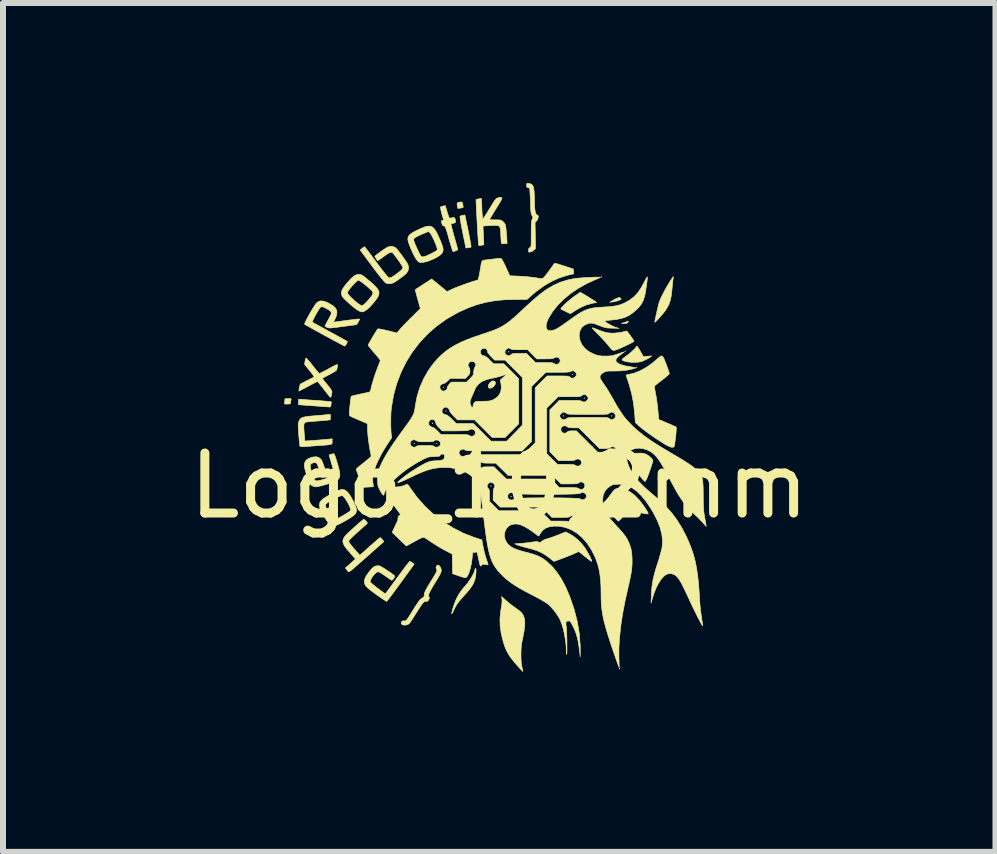
<source format=kicad_pcb>
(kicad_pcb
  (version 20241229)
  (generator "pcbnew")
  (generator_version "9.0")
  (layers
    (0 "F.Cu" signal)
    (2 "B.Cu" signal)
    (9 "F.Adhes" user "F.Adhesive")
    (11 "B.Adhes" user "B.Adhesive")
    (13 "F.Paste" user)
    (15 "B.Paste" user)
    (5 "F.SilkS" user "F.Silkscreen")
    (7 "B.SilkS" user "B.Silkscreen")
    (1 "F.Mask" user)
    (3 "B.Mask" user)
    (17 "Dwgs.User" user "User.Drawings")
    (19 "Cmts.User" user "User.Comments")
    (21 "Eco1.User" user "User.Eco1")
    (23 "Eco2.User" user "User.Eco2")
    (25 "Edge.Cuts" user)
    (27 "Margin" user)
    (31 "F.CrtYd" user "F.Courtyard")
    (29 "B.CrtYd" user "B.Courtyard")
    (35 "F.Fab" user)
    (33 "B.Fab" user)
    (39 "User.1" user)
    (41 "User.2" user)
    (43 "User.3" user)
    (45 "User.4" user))
  (footprint "Logo_10,2mm"
    (layer "F.Cu")
    (at 5.268 5.043)
    (property "Reference" "Logo_10,2mm" (at 0 0 0) (layer "F.SilkS") (effects (font (size 1 1) (thickness 0.15))))
    (attr exclude_from_pos_files exclude_from_bom)
    (fp_poly (pts (xy -1.412 -0.706) (xy -1.417 -0.701) (xy -1.422 -0.706) (xy -1.417 -0.711) (xy -1.412 -0.706)) (stroke (width 0.01) (type solid)) (fill yes) (layer "F.SilkS"))
    (fp_poly (pts (xy -1.107 -1.041) (xy -1.113 -1.036) (xy -1.118 -1.041) (xy -1.113 -1.046) (xy -1.107 -1.041)) (stroke (width 0.01) (type solid)) (fill yes) (layer "F.SilkS"))
    (fp_poly (pts (xy -1.036 -0.706) (xy -1.041 -0.701) (xy -1.046 -0.706) (xy -1.041 -0.711) (xy -1.036 -0.706)) (stroke (width 0.01) (type solid)) (fill yes) (layer "F.SilkS"))
    (fp_poly (pts (xy -0.925 -1.641) (xy -0.93 -1.636) (xy -0.935 -1.641) (xy -0.93 -1.646) (xy -0.925 -1.641)) (stroke (width 0.01) (type solid)) (fill yes) (layer "F.SilkS"))
    (fp_poly (pts (xy -0.884 -1.245) (xy -0.889 -1.24) (xy -0.894 -1.245) (xy -0.889 -1.25) (xy -0.884 -1.245)) (stroke (width 0.01) (type solid)) (fill yes) (layer "F.SilkS"))
    (fp_poly (pts (xy -0.132 0.005) (xy -0.137 0.01) (xy -0.142 0.005) (xy -0.137 0) (xy -0.132 0.005)) (stroke (width 0.01) (type solid)) (fill yes) (layer "F.SilkS"))
    (fp_poly (pts (xy 0.163 -2.23) (xy 0.157 -2.225) (xy 0.152 -2.23) (xy 0.157 -2.235) (xy 0.163 -2.23)) (stroke (width 0.01) (type solid)) (fill yes) (layer "F.SilkS"))
    (fp_poly (pts (xy 0.203 0.178) (xy 0.198 0.183) (xy 0.193 0.178) (xy 0.198 0.173) (xy 0.203 0.178)) (stroke (width 0.01) (type solid)) (fill yes) (layer "F.SilkS"))
    (fp_poly (pts (xy 1.077 -1.163) (xy 1.072 -1.158) (xy 1.067 -1.163) (xy 1.072 -1.168) (xy 1.077 -1.163)) (stroke (width 0.01) (type solid)) (fill yes) (layer "F.SilkS"))
    (fp_poly (pts (xy 1.229 -1.854) (xy 1.224 -1.849) (xy 1.219 -1.854) (xy 1.224 -1.859) (xy 1.229 -1.854)) (stroke (width 0.01) (type solid)) (fill yes) (layer "F.SilkS"))
    (fp_poly (pts (xy 1.422 -1.458) (xy 1.417 -1.453) (xy 1.412 -1.458) (xy 1.417 -1.463) (xy 1.422 -1.458)) (stroke (width 0.01) (type solid)) (fill yes) (layer "F.SilkS"))
    (fp_poly (pts (xy 1.707 -3.48) (xy 1.702 -3.475) (xy 1.697 -3.48) (xy 1.702 -3.485) (xy 1.707 -3.48)) (stroke (width 0.01) (type solid)) (fill yes) (layer "F.SilkS"))
    (fp_poly (pts (xy 1.88 -1.163) (xy 1.875 -1.158) (xy 1.869 -1.163) (xy 1.875 -1.168) (xy 1.88 -1.163)) (stroke (width 0.01) (type solid)) (fill yes) (layer "F.SilkS"))
    (fp_poly (pts (xy 2.103 -2.24) (xy 2.098 -2.235) (xy 2.093 -2.24) (xy 2.098 -2.245) (xy 2.103 -2.24)) (stroke (width 0.01) (type solid)) (fill yes) (layer "F.SilkS"))
    (fp_poly (pts (xy 2.296 -1.976) (xy 2.291 -1.971) (xy 2.286 -1.976) (xy 2.291 -1.981) (xy 2.296 -1.976)) (stroke (width 0.01) (type solid)) (fill yes) (layer "F.SilkS"))
    (fp_poly (pts (xy 2.008 3.041) (xy 2.01 3.053) (xy 2.008 3.055) (xy 2.002 3.053) (xy 2.002 3.048) (xy 2.005 3.04) (xy 2.008 3.041)) (stroke (width 0.01) (type solid)) (fill yes) (layer "F.SilkS"))
    (fp_poly (pts (xy 2.15 -2.736) (xy 2.144 -2.723) (xy 2.132 -2.71) (xy 2.111 -2.704) (xy 2.085 -2.703) (xy 2.037 -2.703) (xy 2.093 -2.723) (xy 2.123 -2.733) (xy 2.145 -2.741) (xy 2.152 -2.743) (xy 2.15 -2.736)) (stroke (width 0.01) (type solid)) (fill yes) (layer "F.SilkS"))
    (fp_poly (pts (xy -3.47 -1.45) (xy -3.467 -1.443) (xy -3.468 -1.437) (xy -3.473 -1.415) (xy -3.475 -1.391) (xy -3.476 -1.374) (xy -3.483 -1.365) (xy -3.501 -1.362) (xy -3.526 -1.361) (xy -3.577 -1.361) (xy -3.574 -1.405) (xy -3.571 -1.448) (xy -3.517 -1.451) (xy -3.485 -1.452) (xy -3.47 -1.45)) (stroke (width 0.01) (type solid)) (fill yes) (layer "F.SilkS"))
    (fp_poly (pts (xy -0.072 -1.738) (xy -0.063 -1.719) (xy -0.063 -1.714) (xy -0.068 -1.688) (xy -0.085 -1.662) (xy -0.109 -1.64) (xy -0.137 -1.627) (xy -0.162 -1.625) (xy -0.176 -1.632) (xy -0.184 -1.653) (xy -0.179 -1.68) (xy -0.163 -1.707) (xy -0.14 -1.73) (xy -0.113 -1.744) (xy -0.094 -1.746) (xy -0.072 -1.738)) (stroke (width 0.01) (type solid)) (fill yes) (layer "F.SilkS"))
    (fp_poly (pts (xy -0.617 -4.721) (xy -0.61 -4.702) (xy -0.607 -4.685) (xy -0.602 -4.658) (xy -0.602 -4.639) (xy -0.603 -4.636) (xy -0.615 -4.632) (xy -0.64 -4.627) (xy -0.649 -4.626) (xy -0.689 -4.62) (xy -0.698 -4.665) (xy -0.703 -4.696) (xy -0.697 -4.713) (xy -0.678 -4.722) (xy -0.651 -4.726) (xy -0.629 -4.727) (xy -0.617 -4.721)) (stroke (width 0.01) (type solid)) (fill yes) (layer "F.SilkS"))
    (fp_poly (pts (xy 2.014 -3.131) (xy 2.016 -3.13) (xy 2.029 -3.115) (xy 2.032 -3.109) (xy 2.023 -3.101) (xy 1.999 -3.09) (xy 1.966 -3.079) (xy 1.928 -3.07) (xy 1.891 -3.063) (xy 1.89 -3.063) (xy 1.844 -3.056) (xy 1.872 -3.076) (xy 1.899 -3.092) (xy 1.933 -3.111) (xy 1.951 -3.119) (xy 1.982 -3.132) (xy 2.001 -3.136) (xy 2.014 -3.131)) (stroke (width 0.01) (type solid)) (fill yes) (layer "F.SilkS"))
    (fp_poly (pts (xy -0.541 -4.361) (xy -0.519 -4.257) (xy -0.502 -4.172) (xy -0.489 -4.104) (xy -0.479 -4.052) (xy -0.473 -4.015) (xy -0.47 -3.99) (xy -0.469 -3.978) (xy -0.47 -3.977) (xy -0.483 -3.972) (xy -0.508 -3.967) (xy -0.515 -3.966) (xy -0.555 -3.96) (xy -0.609 -4.221) (xy -0.623 -4.292) (xy -0.635 -4.355) (xy -0.644 -4.41) (xy -0.651 -4.452) (xy -0.654 -4.48) (xy -0.654 -4.49) (xy -0.639 -4.497) (xy -0.613 -4.504) (xy -0.609 -4.505) (xy -0.572 -4.511) (xy -0.541 -4.361)) (stroke (width 0.01) (type solid)) (fill yes) (layer "F.SilkS"))
    (fp_poly (pts (xy 1.409 -3.19) (xy 1.446 -3.168) (xy 1.492 -3.14) (xy 1.537 -3.111) (xy 1.547 -3.105) (xy 1.625 -3.054) (xy 1.54 -3.037) (xy 1.441 -3.009) (xy 1.341 -2.963) (xy 1.253 -2.91) (xy 1.222 -2.889) (xy 1.198 -2.874) (xy 1.186 -2.866) (xy 1.185 -2.866) (xy 1.176 -2.87) (xy 1.153 -2.881) (xy 1.12 -2.897) (xy 1.107 -2.904) (xy 1.072 -2.921) (xy 1.045 -2.935) (xy 1.029 -2.942) (xy 1.028 -2.943) (xy 1.028 -2.953) (xy 1.042 -2.972) (xy 1.067 -3) (xy 1.102 -3.033) (xy 1.143 -3.069) (xy 1.188 -3.107) (xy 1.235 -3.144) (xy 1.281 -3.176) (xy 1.35 -3.223) (xy 1.409 -3.19)) (stroke (width 0.01) (type solid)) (fill yes) (layer "F.SilkS"))
    (fp_poly (pts (xy 2.302 -2.318) (xy 2.322 -2.29) (xy 2.349 -2.244) (xy 2.352 -2.239) (xy 2.401 -2.151) (xy 2.541 -2.163) (xy 2.516 -2.143) (xy 2.494 -2.129) (xy 2.461 -2.11) (xy 2.423 -2.091) (xy 2.421 -2.091) (xy 2.381 -2.073) (xy 2.344 -2.063) (xy 2.304 -2.058) (xy 2.266 -2.056) (xy 2.206 -2.056) (xy 2.15 -2.062) (xy 2.12 -2.068) (xy 2.077 -2.079) (xy 2.053 -2.089) (xy 2.046 -2.1) (xy 2.056 -2.115) (xy 2.084 -2.137) (xy 2.11 -2.156) (xy 2.15 -2.186) (xy 2.189 -2.218) (xy 2.226 -2.251) (xy 2.256 -2.28) (xy 2.278 -2.304) (xy 2.286 -2.318) (xy 2.286 -2.319) (xy 2.29 -2.328) (xy 2.302 -2.318)) (stroke (width 0.01) (type solid)) (fill yes) (layer "F.SilkS"))
    (fp_poly (pts (xy -3.273 -1.437) (xy -3.241 -1.435) (xy -3.194 -1.431) (xy -3.135 -1.427) (xy -3.07 -1.422) (xy -3.004 -1.418) (xy -2.942 -1.413) (xy -2.888 -1.409) (xy -2.844 -1.405) (xy -2.814 -1.402) (xy -2.8 -1.401) (xy -2.8 -1.4) (xy -2.799 -1.389) (xy -2.801 -1.365) (xy -2.802 -1.354) (xy -2.806 -1.327) (xy -2.813 -1.315) (xy -2.828 -1.312) (xy -2.833 -1.312) (xy -2.851 -1.313) (xy -2.885 -1.316) (xy -2.934 -1.319) (xy -2.993 -1.324) (xy -3.059 -1.329) (xy -3.099 -1.331) (xy -3.166 -1.337) (xy -3.227 -1.341) (xy -3.278 -1.345) (xy -3.316 -1.348) (xy -3.338 -1.35) (xy -3.343 -1.35) (xy -3.345 -1.36) (xy -3.345 -1.383) (xy -3.344 -1.397) (xy -3.341 -1.443) (xy -3.273 -1.437)) (stroke (width 0.01) (type solid)) (fill yes) (layer "F.SilkS"))
    (fp_poly (pts (xy 2.33 -0.543) (xy 2.379 -0.542) (xy 2.414 -0.536) (xy 2.443 -0.526) (xy 2.454 -0.521) (xy 2.492 -0.497) (xy 2.525 -0.47) (xy 2.549 -0.444) (xy 2.56 -0.423) (xy 2.56 -0.42) (xy 2.557 -0.402) (xy 2.548 -0.37) (xy 2.534 -0.327) (xy 2.518 -0.279) (xy 2.501 -0.229) (xy 2.484 -0.182) (xy 2.468 -0.141) (xy 2.459 -0.119) (xy 2.445 -0.092) (xy 2.434 -0.075) (xy 2.429 -0.071) (xy 2.418 -0.078) (xy 2.399 -0.098) (xy 2.374 -0.125) (xy 2.367 -0.135) (xy 2.298 -0.224) (xy 2.248 -0.306) (xy 2.217 -0.38) (xy 2.205 -0.447) (xy 2.205 -0.456) (xy 2.208 -0.493) (xy 2.219 -0.518) (xy 2.241 -0.534) (xy 2.277 -0.541) (xy 2.33 -0.543) (xy 2.33 -0.543)) (stroke (width 0.01) (type solid)) (fill yes) (layer "F.SilkS"))
    (fp_poly (pts (xy 2.9 -3.476) (xy 2.898 -3.452) (xy 2.894 -3.426) (xy 2.89 -3.392) (xy 2.885 -3.344) (xy 2.88 -3.29) (xy 2.876 -3.25) (xy 2.865 -3.159) (xy 2.848 -3.082) (xy 2.823 -3.015) (xy 2.788 -2.95) (xy 2.78 -2.937) (xy 2.761 -2.91) (xy 2.735 -2.877) (xy 2.705 -2.842) (xy 2.675 -2.806) (xy 2.645 -2.774) (xy 2.62 -2.747) (xy 2.601 -2.73) (xy 2.592 -2.724) (xy 2.591 -2.725) (xy 2.593 -2.741) (xy 2.599 -2.772) (xy 2.608 -2.814) (xy 2.618 -2.863) (xy 2.63 -2.915) (xy 2.642 -2.965) (xy 2.653 -3.01) (xy 2.662 -3.045) (xy 2.667 -3.063) (xy 2.683 -3.103) (xy 2.707 -3.155) (xy 2.737 -3.215) (xy 2.771 -3.278) (xy 2.807 -3.341) (xy 2.842 -3.398) (xy 2.846 -3.404) (xy 2.868 -3.439) (xy 2.886 -3.466) (xy 2.898 -3.482) (xy 2.9 -3.485) (xy 2.9 -3.476)) (stroke (width 0.01) (type solid)) (fill yes) (layer "F.SilkS"))
    (fp_poly (pts (xy -0.39 1.381) (xy -0.387 1.401) (xy -0.386 1.432) (xy -0.389 1.47) (xy -0.394 1.51) (xy -0.401 1.547) (xy -0.402 1.55) (xy -0.418 1.6) (xy -0.442 1.65) (xy -0.476 1.701) (xy -0.521 1.759) (xy -0.581 1.825) (xy -0.581 1.825) (xy -0.633 1.882) (xy -0.673 1.931) (xy -0.705 1.976) (xy -0.733 2.023) (xy -0.76 2.078) (xy -0.764 2.088) (xy -0.778 2.116) (xy -0.788 2.132) (xy -0.792 2.133) (xy -0.792 2.132) (xy -0.789 2.108) (xy -0.78 2.071) (xy -0.766 2.025) (xy -0.75 1.976) (xy -0.732 1.929) (xy -0.716 1.889) (xy -0.71 1.877) (xy -0.678 1.818) (xy -0.644 1.765) (xy -0.603 1.711) (xy -0.552 1.653) (xy -0.52 1.614) (xy -0.488 1.568) (xy -0.458 1.52) (xy -0.433 1.475) (xy -0.415 1.435) (xy -0.407 1.406) (xy -0.406 1.402) (xy -0.401 1.383) (xy -0.396 1.377) (xy -0.39 1.381)) (stroke (width 0.01) (type solid)) (fill yes) (layer "F.SilkS"))
    (fp_poly (pts (xy 1.566 -2.628) (xy 1.594 -2.618) (xy 1.632 -2.604) (xy 1.648 -2.597) (xy 1.696 -2.579) (xy 1.745 -2.563) (xy 1.786 -2.551) (xy 1.793 -2.55) (xy 1.851 -2.543) (xy 1.92 -2.543) (xy 1.992 -2.55) (xy 2.059 -2.562) (xy 2.07 -2.565) (xy 2.124 -2.579) (xy 2.158 -2.537) (xy 2.183 -2.504) (xy 2.207 -2.47) (xy 2.227 -2.44) (xy 2.241 -2.416) (xy 2.245 -2.405) (xy 2.244 -2.404) (xy 2.228 -2.394) (xy 2.197 -2.377) (xy 2.158 -2.357) (xy 2.114 -2.336) (xy 2.071 -2.316) (xy 2.034 -2.299) (xy 2.016 -2.291) (xy 1.967 -2.271) (xy 1.932 -2.259) (xy 1.907 -2.255) (xy 1.887 -2.261) (xy 1.867 -2.278) (xy 1.843 -2.306) (xy 1.82 -2.335) (xy 1.785 -2.377) (xy 1.74 -2.426) (xy 1.692 -2.478) (xy 1.646 -2.525) (xy 1.643 -2.527) (xy 1.607 -2.564) (xy 1.578 -2.595) (xy 1.558 -2.617) (xy 1.55 -2.63) (xy 1.551 -2.631) (xy 1.566 -2.628)) (stroke (width 0.01) (type solid)) (fill yes) (layer "F.SilkS"))
    (fp_poly (pts (xy 0.109 1.909) (xy 0.15 1.945) (xy 0.2 1.984) (xy 0.249 2.02) (xy 0.262 2.029) (xy 0.302 2.058) (xy 0.339 2.086) (xy 0.366 2.111) (xy 0.375 2.121) (xy 0.402 2.162) (xy 0.419 2.211) (xy 0.426 2.27) (xy 0.424 2.342) (xy 0.413 2.427) (xy 0.395 2.522) (xy 0.381 2.588) (xy 0.371 2.642) (xy 0.366 2.692) (xy 0.363 2.745) (xy 0.362 2.809) (xy 0.363 2.886) (xy 0.367 2.948) (xy 0.374 2.998) (xy 0.379 3.022) (xy 0.387 3.056) (xy 0.393 3.082) (xy 0.394 3.094) (xy 0.394 3.095) (xy 0.386 3.088) (xy 0.368 3.069) (xy 0.341 3.04) (xy 0.307 3.003) (xy 0.281 2.974) (xy 0.218 2.898) (xy 0.168 2.83) (xy 0.129 2.763) (xy 0.097 2.692) (xy 0.071 2.613) (xy 0.066 2.596) (xy 0.033 2.461) (xy 0.015 2.336) (xy 0.012 2.217) (xy 0.023 2.099) (xy 0.031 2.052) (xy 0.043 1.979) (xy 0.047 1.922) (xy 0.046 1.896) (xy 0.04 1.847) (xy 0.109 1.909)) (stroke (width 0.01) (type solid)) (fill yes) (layer "F.SilkS"))
    (fp_poly (pts (xy 2.039 0.047) (xy 2.11 0.066) (xy 2.182 0.104) (xy 2.254 0.158) (xy 2.302 0.206) (xy 2.334 0.241) (xy 2.367 0.283) (xy 2.4 0.327) (xy 2.43 0.37) (xy 2.455 0.409) (xy 2.473 0.441) (xy 2.482 0.462) (xy 2.481 0.469) (xy 2.468 0.47) (xy 2.438 0.467) (xy 2.394 0.458) (xy 2.338 0.446) (xy 2.313 0.441) (xy 2.259 0.428) (xy 2.213 0.418) (xy 2.177 0.411) (xy 2.156 0.407) (xy 2.151 0.407) (xy 2.133 0.431) (xy 2.108 0.461) (xy 2.079 0.494) (xy 2.05 0.527) (xy 2.023 0.556) (xy 2.001 0.578) (xy 1.989 0.588) (xy 1.988 0.589) (xy 1.976 0.581) (xy 1.955 0.562) (xy 1.929 0.534) (xy 1.921 0.525) (xy 1.871 0.459) (xy 1.833 0.389) (xy 1.808 0.32) (xy 1.802 0.283) (xy 1.8 0.258) (xy 1.801 0.239) (xy 1.807 0.221) (xy 1.82 0.198) (xy 1.842 0.166) (xy 1.861 0.141) (xy 1.89 0.101) (xy 1.911 0.076) (xy 1.928 0.06) (xy 1.944 0.052) (xy 1.963 0.047) (xy 1.971 0.046) (xy 2.039 0.047)) (stroke (width 0.01) (type solid)) (fill yes) (layer "F.SilkS"))
    (fp_poly (pts (xy -0.867 -4.56) (xy -0.854 -4.518) (xy -0.842 -4.484) (xy -0.832 -4.462) (xy -0.827 -4.457) (xy -0.812 -4.46) (xy -0.786 -4.464) (xy -0.781 -4.465) (xy -0.756 -4.469) (xy -0.743 -4.463) (xy -0.735 -4.444) (xy -0.733 -4.434) (xy -0.726 -4.404) (xy -0.73 -4.387) (xy -0.747 -4.378) (xy -0.765 -4.373) (xy -0.789 -4.368) (xy -0.804 -4.363) (xy -0.804 -4.363) (xy -0.803 -4.352) (xy -0.797 -4.325) (xy -0.787 -4.285) (xy -0.773 -4.233) (xy -0.757 -4.174) (xy -0.751 -4.153) (xy -0.733 -4.091) (xy -0.717 -4.035) (xy -0.705 -3.989) (xy -0.696 -3.955) (xy -0.691 -3.937) (xy -0.691 -3.935) (xy -0.7 -3.926) (xy -0.72 -3.916) (xy -0.746 -3.906) (xy -0.769 -3.902) (xy -0.772 -3.902) (xy -0.776 -3.911) (xy -0.785 -3.937) (xy -0.797 -3.977) (xy -0.813 -4.028) (xy -0.83 -4.088) (xy -0.838 -4.115) (xy -0.857 -4.185) (xy -0.873 -4.238) (xy -0.885 -4.276) (xy -0.895 -4.301) (xy -0.902 -4.317) (xy -0.91 -4.325) (xy -0.917 -4.328) (xy -0.921 -4.328) (xy -0.938 -4.333) (xy -0.949 -4.351) (xy -0.955 -4.366) (xy -0.962 -4.397) (xy -0.964 -4.413) (xy -0.957 -4.419) (xy -0.944 -4.42) (xy -0.928 -4.424) (xy -0.927 -4.432) (xy -0.939 -4.467) (xy -0.951 -4.509) (xy -0.962 -4.552) (xy -0.971 -4.591) (xy -0.977 -4.623) (xy -0.979 -4.642) (xy -0.978 -4.645) (xy -0.962 -4.653) (xy -0.936 -4.659) (xy -0.933 -4.66) (xy -0.898 -4.666) (xy -0.867 -4.56)) (stroke (width 0.01) (type solid)) (fill yes) (layer "F.SilkS"))
    (fp_poly (pts (xy 1.175 0.804) (xy 1.238 0.843) (xy 1.303 0.895) (xy 1.365 0.956) (xy 1.417 1.021) (xy 1.439 1.054) (xy 1.463 1.095) (xy 1.488 1.138) (xy 1.51 1.18) (xy 1.528 1.218) (xy 1.539 1.246) (xy 1.542 1.261) (xy 1.542 1.261) (xy 1.534 1.258) (xy 1.513 1.245) (xy 1.482 1.222) (xy 1.445 1.192) (xy 1.434 1.184) (xy 1.395 1.152) (xy 1.362 1.125) (xy 1.338 1.107) (xy 1.326 1.098) (xy 1.325 1.097) (xy 1.315 1.101) (xy 1.291 1.112) (xy 1.257 1.127) (xy 1.243 1.133) (xy 1.214 1.146) (xy 1.174 1.162) (xy 1.127 1.181) (xy 1.077 1.2) (xy 1.027 1.219) (xy 0.982 1.236) (xy 0.945 1.249) (xy 0.92 1.258) (xy 0.911 1.26) (xy 0.902 1.254) (xy 0.882 1.238) (xy 0.852 1.215) (xy 0.837 1.203) (xy 0.773 1.156) (xy 0.708 1.117) (xy 0.636 1.085) (xy 0.552 1.057) (xy 0.484 1.039) (xy 0.429 1.025) (xy 0.377 1.01) (xy 0.334 0.998) (xy 0.305 0.988) (xy 0.3 0.986) (xy 0.259 0.968) (xy 0.36 0.961) (xy 0.416 0.956) (xy 0.478 0.949) (xy 0.534 0.942) (xy 0.547 0.939) (xy 0.597 0.933) (xy 0.63 0.931) (xy 0.645 0.935) (xy 0.666 0.945) (xy 0.692 0.94) (xy 0.713 0.924) (xy 0.732 0.909) (xy 0.768 0.893) (xy 0.803 0.883) (xy 0.844 0.87) (xy 0.897 0.852) (xy 0.953 0.831) (xy 0.993 0.816) (xy 1.106 0.77) (xy 1.175 0.804)) (stroke (width 0.01) (type solid)) (fill yes) (layer "F.SilkS"))
    (fp_poly (pts (xy -2.245 0.565) (xy -2.227 0.582) (xy -2.22 0.589) (xy -2.202 0.609) (xy -2.197 0.621) (xy -2.203 0.632) (xy -2.21 0.639) (xy -2.224 0.651) (xy -2.25 0.675) (xy -2.286 0.706) (xy -2.328 0.744) (xy -2.37 0.781) (xy -2.423 0.83) (xy -2.464 0.87) (xy -2.493 0.9) (xy -2.508 0.92) (xy -2.51 0.925) (xy -2.505 0.938) (xy -2.491 0.96) (xy -2.467 0.992) (xy -2.431 1.035) (xy -2.382 1.091) (xy -2.356 1.12) (xy -2.322 1.159) (xy -2.157 1.011) (xy -2.108 0.968) (xy -2.064 0.93) (xy -2.028 0.898) (xy -2.001 0.876) (xy -1.985 0.865) (xy -1.983 0.864) (xy -1.971 0.871) (xy -1.954 0.889) (xy -1.948 0.897) (xy -1.922 0.93) (xy -2.191 1.169) (xy -2.269 1.238) (xy -2.333 1.294) (xy -2.384 1.339) (xy -2.424 1.374) (xy -2.455 1.4) (xy -2.478 1.418) (xy -2.495 1.429) (xy -2.506 1.433) (xy -2.514 1.432) (xy -2.52 1.427) (xy -2.526 1.42) (xy -2.532 1.41) (xy -2.535 1.406) (xy -2.563 1.37) (xy -2.508 1.322) (xy -2.476 1.293) (xy -2.445 1.266) (xy -2.424 1.247) (xy -2.394 1.222) (xy -2.483 1.121) (xy -2.536 1.06) (xy -2.574 1.009) (xy -2.597 0.966) (xy -2.606 0.928) (xy -2.6 0.893) (xy -2.582 0.857) (xy -2.55 0.819) (xy -2.528 0.797) (xy -2.493 0.764) (xy -2.453 0.727) (xy -2.41 0.688) (xy -2.368 0.651) (xy -2.329 0.616) (xy -2.295 0.588) (xy -2.271 0.568) (xy -2.258 0.559) (xy -2.256 0.559) (xy -2.245 0.565)) (stroke (width 0.01) (type solid)) (fill yes) (layer "F.SilkS"))
    (fp_poly (pts (xy 0.484 -5.038) (xy 0.495 -5.036) (xy 0.529 -5.027) (xy 0.552 -5.01) (xy 0.568 -4.981) (xy 0.577 -4.938) (xy 0.581 -4.905) (xy 0.584 -4.858) (xy 0.586 -4.8) (xy 0.588 -4.739) (xy 0.588 -4.701) (xy 0.591 -4.625) (xy 0.599 -4.568) (xy 0.61 -4.53) (xy 0.627 -4.513) (xy 0.634 -4.511) (xy 0.647 -4.503) (xy 0.651 -4.483) (xy 0.647 -4.457) (xy 0.636 -4.43) (xy 0.624 -4.414) (xy 0.597 -4.388) (xy 0.601 -4.17) (xy 0.605 -3.953) (xy 0.579 -3.927) (xy 0.551 -3.907) (xy 0.521 -3.895) (xy 0.498 -3.892) (xy 0.489 -3.899) (xy 0.488 -3.92) (xy 0.488 -3.923) (xy 0.492 -3.951) (xy 0.507 -3.966) (xy 0.511 -3.968) (xy 0.518 -3.971) (xy 0.524 -3.977) (xy 0.528 -3.987) (xy 0.531 -4.005) (xy 0.532 -4.032) (xy 0.533 -4.071) (xy 0.533 -4.126) (xy 0.533 -4.197) (xy 0.534 -4.271) (xy 0.534 -4.328) (xy 0.536 -4.37) (xy 0.538 -4.4) (xy 0.542 -4.421) (xy 0.546 -4.434) (xy 0.55 -4.44) (xy 0.559 -4.457) (xy 0.56 -4.473) (xy 0.551 -4.494) (xy 0.545 -4.505) (xy 0.538 -4.521) (xy 0.532 -4.54) (xy 0.528 -4.565) (xy 0.525 -4.599) (xy 0.522 -4.645) (xy 0.52 -4.707) (xy 0.519 -4.744) (xy 0.517 -4.806) (xy 0.514 -4.861) (xy 0.511 -4.907) (xy 0.508 -4.939) (xy 0.505 -4.955) (xy 0.505 -4.956) (xy 0.489 -4.966) (xy 0.477 -4.968) (xy 0.463 -4.972) (xy 0.458 -4.988) (xy 0.457 -5.005) (xy 0.458 -5.029) (xy 0.465 -5.038) (xy 0.484 -5.038)) (stroke (width 0.01) (type solid)) (fill yes) (layer "F.SilkS"))
    (fp_poly (pts (xy -2.299 -3.514) (xy -2.262 -3.493) (xy -2.242 -3.477) (xy -2.211 -3.452) (xy -2.173 -3.42) (xy -2.132 -3.386) (xy -2.132 -3.385) (xy -2.075 -3.333) (xy -2.034 -3.289) (xy -2.01 -3.25) (xy -2.002 -3.211) (xy -2.01 -3.171) (xy -2.034 -3.126) (xy -2.074 -3.073) (xy -2.107 -3.033) (xy -2.158 -2.977) (xy -2.205 -2.935) (xy -2.246 -2.908) (xy -2.279 -2.896) (xy -2.285 -2.896) (xy -2.304 -2.9) (xy -2.332 -2.91) (xy -2.339 -2.914) (xy -2.365 -2.929) (xy -2.401 -2.955) (xy -2.442 -2.988) (xy -2.486 -3.025) (xy -2.529 -3.063) (xy -2.566 -3.098) (xy -2.596 -3.129) (xy -2.613 -3.151) (xy -2.616 -3.155) (xy -2.627 -3.186) (xy -2.63 -3.216) (xy -2.63 -3.217) (xy -2.53 -3.217) (xy -2.522 -3.198) (xy -2.501 -3.171) (xy -2.471 -3.139) (xy -2.434 -3.104) (xy -2.395 -3.07) (xy -2.356 -3.039) (xy -2.322 -3.015) (xy -2.295 -3.001) (xy -2.283 -2.999) (xy -2.268 -3.008) (xy -2.243 -3.029) (xy -2.213 -3.059) (xy -2.182 -3.092) (xy -2.143 -3.138) (xy -2.118 -3.173) (xy -2.106 -3.2) (xy -2.106 -3.223) (xy -2.117 -3.243) (xy -2.131 -3.258) (xy -2.19 -3.311) (xy -2.242 -3.355) (xy -2.287 -3.389) (xy -2.321 -3.412) (xy -2.344 -3.422) (xy -2.349 -3.422) (xy -2.366 -3.413) (xy -2.391 -3.391) (xy -2.421 -3.361) (xy -2.454 -3.326) (xy -2.484 -3.29) (xy -2.509 -3.257) (xy -2.525 -3.23) (xy -2.53 -3.217) (xy -2.63 -3.217) (xy -2.624 -3.248) (xy -2.606 -3.284) (xy -2.576 -3.327) (xy -2.532 -3.381) (xy -2.519 -3.397) (xy -2.466 -3.454) (xy -2.42 -3.494) (xy -2.378 -3.516) (xy -2.338 -3.523) (xy -2.299 -3.514)) (stroke (width 0.01) (type solid)) (fill yes) (layer "F.SilkS"))
    (fp_poly (pts (xy -1.15 -4.325) (xy -1.116 -4.311) (xy -1.085 -4.283) (xy -1.055 -4.24) (xy -1.024 -4.18) (xy -0.989 -4.102) (xy -0.976 -4.073) (xy -0.952 -4.011) (xy -0.938 -3.962) (xy -0.934 -3.924) (xy -0.942 -3.893) (xy -0.959 -3.866) (xy -0.974 -3.852) (xy -1.01 -3.825) (xy -1.059 -3.796) (xy -1.117 -3.769) (xy -1.176 -3.745) (xy -1.231 -3.729) (xy -1.272 -3.721) (xy -1.306 -3.719) (xy -1.328 -3.722) (xy -1.346 -3.733) (xy -1.364 -3.75) (xy -1.384 -3.776) (xy -1.409 -3.818) (xy -1.437 -3.872) (xy -1.457 -3.917) (xy -1.489 -3.991) (xy -1.511 -4.05) (xy -1.522 -4.097) (xy -1.522 -4.103) (xy -1.426 -4.103) (xy -1.424 -4.086) (xy -1.416 -4.061) (xy -1.402 -4.024) (xy -1.379 -3.973) (xy -1.378 -3.971) (xy -1.356 -3.923) (xy -1.336 -3.881) (xy -1.319 -3.848) (xy -1.307 -3.829) (xy -1.306 -3.828) (xy -1.293 -3.817) (xy -1.277 -3.813) (xy -1.255 -3.816) (xy -1.222 -3.826) (xy -1.177 -3.846) (xy -1.135 -3.866) (xy -1.084 -3.892) (xy -1.049 -3.913) (xy -1.032 -3.93) (xy -1.031 -3.932) (xy -1.033 -3.95) (xy -1.042 -3.982) (xy -1.057 -4.022) (xy -1.076 -4.068) (xy -1.097 -4.114) (xy -1.118 -4.156) (xy -1.137 -4.19) (xy -1.153 -4.212) (xy -1.155 -4.214) (xy -1.179 -4.236) (xy -1.227 -4.217) (xy -1.298 -4.187) (xy -1.354 -4.161) (xy -1.395 -4.138) (xy -1.419 -4.12) (xy -1.423 -4.115) (xy -1.426 -4.103) (xy -1.522 -4.103) (xy -1.521 -4.134) (xy -1.507 -4.165) (xy -1.48 -4.193) (xy -1.439 -4.22) (xy -1.382 -4.25) (xy -1.364 -4.259) (xy -1.294 -4.291) (xy -1.237 -4.314) (xy -1.189 -4.325) (xy -1.15 -4.325)) (stroke (width 0.01) (type solid)) (fill yes) (layer "F.SilkS"))
    (fp_poly (pts (xy 2.721 -2.156) (xy 2.736 -2.135) (xy 2.753 -2.097) (xy 2.774 -2.043) (xy 2.78 -2.027) (xy 2.799 -1.976) (xy 2.815 -1.931) (xy 2.827 -1.896) (xy 2.833 -1.874) (xy 2.834 -1.869) (xy 2.831 -1.863) (xy 2.822 -1.852) (xy 2.805 -1.836) (xy 2.778 -1.813) (xy 2.74 -1.782) (xy 2.689 -1.743) (xy 2.624 -1.692) (xy 2.596 -1.67) (xy 2.59 -1.663) (xy 2.588 -1.65) (xy 2.589 -1.628) (xy 2.594 -1.594) (xy 2.604 -1.544) (xy 2.606 -1.532) (xy 2.617 -1.471) (xy 2.627 -1.399) (xy 2.637 -1.325) (xy 2.644 -1.257) (xy 2.644 -1.254) (xy 2.657 -1.104) (xy 2.799 -1.044) (xy 2.849 -1.023) (xy 2.892 -1.004) (xy 2.925 -0.989) (xy 2.944 -0.98) (xy 2.948 -0.977) (xy 2.95 -0.964) (xy 2.949 -0.936) (xy 2.947 -0.895) (xy 2.943 -0.848) (xy 2.937 -0.797) (xy 2.931 -0.748) (xy 2.925 -0.705) (xy 2.919 -0.671) (xy 2.914 -0.651) (xy 2.912 -0.648) (xy 2.894 -0.641) (xy 2.871 -0.641) (xy 2.842 -0.65) (xy 2.803 -0.668) (xy 2.752 -0.697) (xy 2.698 -0.731) (xy 2.609 -0.788) (xy 2.524 -0.847) (xy 2.445 -0.904) (xy 2.377 -0.956) (xy 2.322 -1.003) (xy 2.315 -1.009) (xy 2.268 -1.052) (xy 2.256 -1.208) (xy 2.237 -1.378) (xy 2.206 -1.537) (xy 2.163 -1.693) (xy 2.154 -1.718) (xy 2.139 -1.764) (xy 2.126 -1.803) (xy 2.117 -1.831) (xy 2.113 -1.844) (xy 2.113 -1.844) (xy 2.122 -1.847) (xy 2.145 -1.851) (xy 2.159 -1.854) (xy 2.249 -1.876) (xy 2.345 -1.914) (xy 2.443 -1.967) (xy 2.54 -2.034) (xy 2.632 -2.111) (xy 2.664 -2.139) (xy 2.687 -2.157) (xy 2.706 -2.163) (xy 2.721 -2.156)) (stroke (width 0.01) (type solid)) (fill yes) (layer "F.SilkS"))
    (fp_poly (pts (xy -2.814 -1.099) (xy -2.857 -1.093) (xy -2.883 -1.09) (xy -2.925 -1.087) (xy -2.976 -1.082) (xy -3.032 -1.078) (xy -3.048 -1.077) (xy -3.102 -1.072) (xy -3.151 -1.068) (xy -3.19 -1.064) (xy -3.214 -1.061) (xy -3.218 -1.06) (xy -3.235 -1.054) (xy -3.247 -1.042) (xy -3.254 -1.022) (xy -3.256 -0.992) (xy -3.255 -0.947) (xy -3.25 -0.885) (xy -3.25 -0.882) (xy -3.246 -0.832) (xy -3.242 -0.79) (xy -3.239 -0.76) (xy -3.238 -0.746) (xy -3.237 -0.745) (xy -3.227 -0.745) (xy -3.201 -0.747) (xy -3.161 -0.75) (xy -3.112 -0.753) (xy -3.058 -0.757) (xy -3.002 -0.762) (xy -2.947 -0.766) (xy -2.898 -0.77) (xy -2.858 -0.774) (xy -2.831 -0.776) (xy -2.827 -0.777) (xy -2.784 -0.782) (xy -2.784 -0.737) (xy -2.784 -0.721) (xy -2.784 -0.709) (xy -2.788 -0.7) (xy -2.797 -0.692) (xy -2.815 -0.687) (xy -2.842 -0.683) (xy -2.881 -0.678) (xy -2.935 -0.674) (xy -3.006 -0.669) (xy -3.048 -0.666) (xy -3.13 -0.66) (xy -3.193 -0.655) (xy -3.241 -0.652) (xy -3.275 -0.651) (xy -3.298 -0.652) (xy -3.313 -0.656) (xy -3.321 -0.662) (xy -3.324 -0.67) (xy -3.325 -0.682) (xy -3.327 -0.693) (xy -3.329 -0.719) (xy -3.333 -0.76) (xy -3.337 -0.812) (xy -3.342 -0.868) (xy -3.343 -0.884) (xy -3.347 -0.944) (xy -3.349 -0.988) (xy -3.349 -1.019) (xy -3.347 -1.043) (xy -3.342 -1.062) (xy -3.338 -1.073) (xy -3.326 -1.098) (xy -3.311 -1.117) (xy -3.289 -1.132) (xy -3.258 -1.143) (xy -3.216 -1.151) (xy -3.158 -1.159) (xy -3.095 -1.164) (xy -3.034 -1.169) (xy -2.975 -1.174) (xy -2.924 -1.179) (xy -2.885 -1.183) (xy -2.873 -1.184) (xy -2.814 -1.19) (xy -2.814 -1.099)) (stroke (width 0.01) (type solid)) (fill yes) (layer "F.SilkS"))
    (fp_poly (pts (xy -1.002 1.33) (xy -0.983 1.353) (xy -0.97 1.383) (xy -0.965 1.412) (xy -0.967 1.429) (xy -0.975 1.451) (xy -0.988 1.479) (xy -1.009 1.518) (xy -1.04 1.569) (xy -1.072 1.621) (xy -1.113 1.688) (xy -1.143 1.741) (xy -1.163 1.781) (xy -1.175 1.811) (xy -1.178 1.833) (xy -1.174 1.848) (xy -1.168 1.856) (xy -1.164 1.871) (xy -1.175 1.898) (xy -1.176 1.899) (xy -1.191 1.921) (xy -1.208 1.927) (xy -1.216 1.926) (xy -1.231 1.925) (xy -1.246 1.931) (xy -1.264 1.946) (xy -1.285 1.971) (xy -1.312 2.009) (xy -1.346 2.061) (xy -1.386 2.125) (xy -1.419 2.177) (xy -1.449 2.223) (xy -1.474 2.262) (xy -1.493 2.289) (xy -1.503 2.3) (xy -1.532 2.316) (xy -1.57 2.323) (xy -1.605 2.319) (xy -1.613 2.317) (xy -1.63 2.301) (xy -1.633 2.282) (xy -1.624 2.263) (xy -1.605 2.251) (xy -1.583 2.251) (xy -1.571 2.253) (xy -1.56 2.251) (xy -1.548 2.242) (xy -1.534 2.225) (xy -1.514 2.197) (xy -1.488 2.156) (xy -1.458 2.108) (xy -1.416 2.041) (xy -1.383 1.989) (xy -1.357 1.95) (xy -1.337 1.921) (xy -1.32 1.901) (xy -1.306 1.887) (xy -1.292 1.877) (xy -1.285 1.874) (xy -1.261 1.858) (xy -1.251 1.84) (xy -1.25 1.821) (xy -1.248 1.803) (xy -1.244 1.784) (xy -1.234 1.76) (xy -1.219 1.73) (xy -1.197 1.69) (xy -1.166 1.638) (xy -1.125 1.572) (xy -1.122 1.568) (xy -1.088 1.511) (xy -1.063 1.468) (xy -1.047 1.437) (xy -1.039 1.416) (xy -1.039 1.4) (xy -1.044 1.389) (xy -1.048 1.384) (xy -1.054 1.366) (xy -1.048 1.344) (xy -1.035 1.326) (xy -1.022 1.321) (xy -1.002 1.33)) (stroke (width 0.01) (type solid)) (fill yes) (layer "F.SilkS"))
    (fp_poly (pts (xy -2.577 0.069) (xy -2.539 0.094) (xy -2.502 0.137) (xy -2.481 0.17) (xy -2.439 0.244) (xy -2.409 0.304) (xy -2.389 0.352) (xy -2.379 0.391) (xy -2.378 0.423) (xy -2.387 0.451) (xy -2.404 0.476) (xy -2.407 0.48) (xy -2.427 0.497) (xy -2.461 0.521) (xy -2.504 0.549) (xy -2.553 0.578) (xy -2.603 0.606) (xy -2.65 0.631) (xy -2.686 0.648) (xy -2.734 0.66) (xy -2.782 0.658) (xy -2.823 0.642) (xy -2.833 0.635) (xy -2.853 0.612) (xy -2.878 0.576) (xy -2.906 0.531) (xy -2.934 0.481) (xy -2.96 0.432) (xy -2.98 0.388) (xy -2.992 0.354) (xy -2.995 0.343) (xy -2.995 0.332) (xy -2.896 0.332) (xy -2.891 0.35) (xy -2.878 0.381) (xy -2.86 0.419) (xy -2.838 0.46) (xy -2.816 0.499) (xy -2.795 0.532) (xy -2.779 0.555) (xy -2.771 0.562) (xy -2.758 0.566) (xy -2.743 0.566) (xy -2.723 0.56) (xy -2.695 0.547) (xy -2.655 0.526) (xy -2.609 0.501) (xy -2.564 0.474) (xy -2.524 0.449) (xy -2.495 0.429) (xy -2.479 0.415) (xy -2.477 0.413) (xy -2.476 0.393) (xy -2.486 0.362) (xy -2.503 0.323) (xy -2.525 0.28) (xy -2.55 0.239) (xy -2.575 0.203) (xy -2.599 0.177) (xy -2.618 0.165) (xy -2.619 0.164) (xy -2.638 0.168) (xy -2.67 0.18) (xy -2.712 0.199) (xy -2.741 0.214) (xy -2.798 0.245) (xy -2.839 0.269) (xy -2.867 0.287) (xy -2.884 0.302) (xy -2.893 0.315) (xy -2.896 0.329) (xy -2.896 0.332) (xy -2.995 0.332) (xy -2.996 0.312) (xy -2.99 0.285) (xy -2.976 0.259) (xy -2.95 0.232) (xy -2.912 0.204) (xy -2.859 0.171) (xy -2.791 0.134) (xy -2.76 0.117) (xy -2.705 0.09) (xy -2.66 0.072) (xy -2.628 0.062) (xy -2.619 0.061) (xy -2.577 0.069)) (stroke (width 0.01) (type solid)) (fill yes) (layer "F.SilkS"))
    (fp_poly (pts (xy -1.475 1.266) (xy -1.453 1.281) (xy -1.449 1.285) (xy -1.419 1.309) (xy -1.642 1.616) (xy -1.693 1.686) (xy -1.74 1.75) (xy -1.782 1.807) (xy -1.818 1.855) (xy -1.846 1.892) (xy -1.866 1.917) (xy -1.875 1.927) (xy -1.875 1.927) (xy -1.886 1.922) (xy -1.91 1.907) (xy -1.946 1.884) (xy -1.989 1.854) (xy -2.032 1.824) (xy -2.098 1.776) (xy -2.149 1.737) (xy -2.187 1.706) (xy -2.213 1.68) (xy -2.231 1.657) (xy -2.24 1.636) (xy -2.245 1.614) (xy -2.245 1.597) (xy -2.243 1.567) (xy -2.235 1.54) (xy -2.219 1.509) (xy -2.202 1.483) (xy -2.159 1.422) (xy -2.121 1.379) (xy -2.087 1.35) (xy -2.053 1.336) (xy -2.017 1.333) (xy -1.997 1.335) (xy -1.978 1.343) (xy -1.948 1.36) (xy -1.909 1.383) (xy -1.867 1.411) (xy -1.825 1.439) (xy -1.788 1.466) (xy -1.759 1.488) (xy -1.743 1.503) (xy -1.742 1.504) (xy -1.744 1.518) (xy -1.754 1.539) (xy -1.769 1.56) (xy -1.784 1.573) (xy -1.789 1.575) (xy -1.8 1.569) (xy -1.825 1.554) (xy -1.858 1.531) (xy -1.897 1.504) (xy -1.938 1.476) (xy -1.974 1.453) (xy -2.003 1.438) (xy -2.019 1.433) (xy -2.04 1.441) (xy -2.067 1.463) (xy -2.095 1.493) (xy -2.12 1.528) (xy -2.14 1.562) (xy -2.15 1.591) (xy -2.149 1.604) (xy -2.14 1.615) (xy -2.117 1.635) (xy -2.085 1.662) (xy -2.048 1.692) (xy -2.008 1.722) (xy -1.969 1.751) (xy -1.936 1.775) (xy -1.91 1.792) (xy -1.897 1.798) (xy -1.896 1.798) (xy -1.889 1.79) (xy -1.872 1.768) (xy -1.846 1.733) (xy -1.812 1.687) (xy -1.772 1.632) (xy -1.727 1.571) (xy -1.696 1.529) (xy -1.649 1.464) (xy -1.605 1.405) (xy -1.566 1.353) (xy -1.534 1.311) (xy -1.509 1.281) (xy -1.494 1.263) (xy -1.49 1.26) (xy -1.475 1.266)) (stroke (width 0.01) (type solid)) (fill yes) (layer "F.SilkS"))
    (fp_poly (pts (xy -3.212 -2.123) (xy -3.193 -2.103) (xy -3.166 -2.073) (xy -3.134 -2.034) (xy -3.109 -2.002) (xy -3.074 -1.958) (xy -3.043 -1.92) (xy -3.018 -1.891) (xy -3.002 -1.873) (xy -2.997 -1.869) (xy -2.985 -1.874) (xy -2.96 -1.887) (xy -2.923 -1.906) (xy -2.878 -1.929) (xy -2.858 -1.94) (xy -2.799 -1.972) (xy -2.756 -1.995) (xy -2.725 -2.01) (xy -2.707 -2.017) (xy -2.697 -2.017) (xy -2.693 -2.011) (xy -2.694 -2) (xy -2.697 -1.985) (xy -2.702 -1.955) (xy -2.708 -1.932) (xy -2.708 -1.929) (xy -2.719 -1.918) (xy -2.744 -1.901) (xy -2.78 -1.88) (xy -2.824 -1.856) (xy -2.83 -1.853) (xy -2.873 -1.83) (xy -2.91 -1.811) (xy -2.935 -1.796) (xy -2.946 -1.788) (xy -2.946 -1.788) (xy -2.94 -1.778) (xy -2.924 -1.756) (xy -2.899 -1.725) (xy -2.869 -1.687) (xy -2.864 -1.682) (xy -2.83 -1.64) (xy -2.808 -1.61) (xy -2.794 -1.588) (xy -2.788 -1.572) (xy -2.787 -1.557) (xy -2.789 -1.545) (xy -2.797 -1.504) (xy -2.805 -1.481) (xy -2.812 -1.473) (xy -2.812 -1.473) (xy -2.821 -1.481) (xy -2.839 -1.502) (xy -2.865 -1.534) (xy -2.897 -1.575) (xy -2.921 -1.605) (xy -2.955 -1.65) (xy -2.985 -1.687) (xy -3.009 -1.716) (xy -3.024 -1.733) (xy -3.028 -1.737) (xy -3.039 -1.733) (xy -3.064 -1.72) (xy -3.101 -1.701) (xy -3.147 -1.677) (xy -3.185 -1.656) (xy -3.235 -1.63) (xy -3.278 -1.607) (xy -3.312 -1.59) (xy -3.333 -1.58) (xy -3.339 -1.578) (xy -3.338 -1.588) (xy -3.334 -1.613) (xy -3.329 -1.636) (xy -3.317 -1.692) (xy -3.205 -1.75) (xy -3.162 -1.772) (xy -3.124 -1.791) (xy -3.097 -1.805) (xy -3.084 -1.811) (xy -3.084 -1.811) (xy -3.087 -1.82) (xy -3.1 -1.841) (xy -3.122 -1.872) (xy -3.152 -1.909) (xy -3.159 -1.918) (xy -3.243 -2.021) (xy -3.236 -2.072) (xy -3.23 -2.102) (xy -3.224 -2.123) (xy -3.22 -2.129) (xy -3.212 -2.123)) (stroke (width 0.01) (type solid)) (fill yes) (layer "F.SilkS"))
    (fp_poly (pts (xy -1.754 -3.98) (xy -1.731 -3.968) (xy -1.714 -3.952) (xy -1.689 -3.923) (xy -1.659 -3.885) (xy -1.625 -3.841) (xy -1.592 -3.795) (xy -1.562 -3.751) (xy -1.537 -3.713) (xy -1.521 -3.684) (xy -1.517 -3.675) (xy -1.51 -3.625) (xy -1.521 -3.577) (xy -1.55 -3.535) (xy -1.552 -3.534) (xy -1.578 -3.511) (xy -1.615 -3.482) (xy -1.658 -3.451) (xy -1.7 -3.421) (xy -1.737 -3.396) (xy -1.764 -3.38) (xy -1.765 -3.38) (xy -1.813 -3.365) (xy -1.862 -3.368) (xy -1.893 -3.379) (xy -1.906 -3.391) (xy -1.93 -3.418) (xy -1.963 -3.458) (xy -2.003 -3.508) (xy -2.049 -3.567) (xy -2.099 -3.634) (xy -2.119 -3.661) (xy -2.317 -3.927) (xy -2.284 -3.955) (xy -2.262 -3.972) (xy -2.247 -3.982) (xy -2.245 -3.982) (xy -2.238 -3.975) (xy -2.22 -3.952) (xy -2.193 -3.918) (xy -2.159 -3.873) (xy -2.119 -3.819) (xy -2.074 -3.759) (xy -2.052 -3.729) (xy -2.005 -3.666) (xy -1.96 -3.608) (xy -1.921 -3.557) (xy -1.887 -3.516) (xy -1.862 -3.485) (xy -1.846 -3.469) (xy -1.843 -3.466) (xy -1.828 -3.463) (xy -1.811 -3.466) (xy -1.787 -3.477) (xy -1.754 -3.498) (xy -1.709 -3.53) (xy -1.692 -3.544) (xy -1.651 -3.575) (xy -1.626 -3.598) (xy -1.611 -3.616) (xy -1.606 -3.632) (xy -1.605 -3.638) (xy -1.611 -3.651) (xy -1.627 -3.677) (xy -1.649 -3.712) (xy -1.676 -3.751) (xy -1.705 -3.79) (xy -1.732 -3.827) (xy -1.756 -3.857) (xy -1.773 -3.876) (xy -1.776 -3.879) (xy -1.791 -3.888) (xy -1.808 -3.889) (xy -1.829 -3.882) (xy -1.858 -3.866) (xy -1.899 -3.838) (xy -1.925 -3.819) (xy -1.963 -3.791) (xy -1.995 -3.769) (xy -2.016 -3.755) (xy -2.026 -3.75) (xy -2.026 -3.75) (xy -2.033 -3.76) (xy -2.047 -3.779) (xy -2.05 -3.783) (xy -2.065 -3.805) (xy -2.072 -3.819) (xy -2.073 -3.821) (xy -2.065 -3.83) (xy -2.044 -3.849) (xy -2.013 -3.872) (xy -1.977 -3.899) (xy -1.939 -3.926) (xy -1.902 -3.95) (xy -1.872 -3.969) (xy -1.852 -3.979) (xy -1.803 -3.989) (xy -1.754 -3.98)) (stroke (width 0.01) (type solid)) (fill yes) (layer "F.SilkS"))
    (fp_poly (pts (xy -1.526 -0.019) (xy -1.511 -0.006) (xy -1.494 0.02) (xy -1.482 0.038) (xy -1.368 0.195) (xy -1.239 0.341) (xy -1.096 0.475) (xy -0.94 0.595) (xy -0.775 0.7) (xy -0.602 0.789) (xy -0.423 0.859) (xy -0.411 0.863) (xy -0.29 0.902) (xy -0.282 0.946) (xy -0.267 1.024) (xy -0.25 1.1) (xy -0.232 1.168) (xy -0.215 1.225) (xy -0.206 1.248) (xy -0.194 1.281) (xy -0.187 1.305) (xy -0.186 1.317) (xy -0.186 1.317) (xy -0.198 1.318) (xy -0.222 1.314) (xy -0.234 1.312) (xy -0.262 1.307) (xy -0.279 1.309) (xy -0.293 1.321) (xy -0.295 1.324) (xy -0.304 1.334) (xy -0.31 1.339) (xy -0.315 1.335) (xy -0.321 1.321) (xy -0.328 1.294) (xy -0.337 1.252) (xy -0.346 1.211) (xy -0.369 1.106) (xy -0.406 1.109) (xy -0.442 1.113) (xy -0.454 1.224) (xy -0.465 1.301) (xy -0.48 1.37) (xy -0.497 1.431) (xy -0.516 1.48) (xy -0.536 1.514) (xy -0.557 1.532) (xy -0.566 1.533) (xy -0.583 1.53) (xy -0.614 1.521) (xy -0.654 1.508) (xy -0.681 1.499) (xy -0.777 1.466) (xy -0.78 1.303) (xy -0.783 1.139) (xy -0.9 1.078) (xy -0.958 1.046) (xy -1.021 1.009) (xy -1.081 0.972) (xy -1.119 0.947) (xy -1.161 0.919) (xy -1.198 0.894) (xy -1.227 0.875) (xy -1.243 0.865) (xy -1.253 0.86) (xy -1.265 0.859) (xy -1.281 0.863) (xy -1.304 0.873) (xy -1.339 0.89) (xy -1.387 0.916) (xy -1.407 0.927) (xy -1.548 1.004) (xy -1.666 0.891) (xy -1.784 0.777) (xy -1.714 0.628) (xy -1.643 0.479) (xy -1.714 0.384) (xy -1.747 0.34) (xy -1.778 0.296) (xy -1.805 0.257) (xy -1.819 0.235) (xy -1.837 0.204) (xy -1.845 0.183) (xy -1.846 0.164) (xy -1.841 0.144) (xy -1.828 0.113) (xy -1.808 0.078) (xy -1.798 0.063) (xy -1.779 0.039) (xy -1.763 0.027) (xy -1.743 0.021) (xy -1.711 0.02) (xy -1.706 0.02) (xy -1.665 0.017) (xy -1.626 0.01) (xy -1.607 0.004) (xy -1.569 -0.012) (xy -1.543 -0.021) (xy -1.526 -0.019)) (stroke (width 0.01) (type solid)) (fill yes) (layer "F.SilkS"))
    (fp_poly (pts (xy -2.755 -0.533) (xy -2.747 -0.522) (xy -2.738 -0.501) (xy -2.726 -0.466) (xy -2.71 -0.416) (xy -2.698 -0.375) (xy -2.675 -0.296) (xy -2.66 -0.233) (xy -2.655 -0.183) (xy -2.66 -0.144) (xy -2.677 -0.112) (xy -2.708 -0.087) (xy -2.755 -0.064) (xy -2.818 -0.042) (xy -2.899 -0.017) (xy -2.904 -0.016) (xy -2.966 0.001) (xy -3.012 0.012) (xy -3.045 0.018) (xy -3.071 0.018) (xy -3.093 0.012) (xy -3.113 0.002) (xy -3.116 0.000411) (xy -3.136 -0.014) (xy -3.153 -0.033) (xy -3.168 -0.06) (xy -3.184 -0.099) (xy -3.202 -0.151) (xy -3.217 -0.203) (xy -3.234 -0.262) (xy -3.244 -0.306) (xy -3.247 -0.339) (xy -3.246 -0.362) (xy -3.233 -0.404) (xy -3.204 -0.437) (xy -3.159 -0.461) (xy -3.104 -0.478) (xy -3.05 -0.483) (xy -3.006 -0.47) (xy -2.971 -0.441) (xy -2.962 -0.428) (xy -2.951 -0.406) (xy -2.937 -0.371) (xy -2.921 -0.327) (xy -2.905 -0.28) (xy -2.891 -0.235) (xy -2.881 -0.197) (xy -2.876 -0.172) (xy -2.875 -0.168) (xy -2.884 -0.158) (xy -2.905 -0.149) (xy -2.93 -0.142) (xy -2.951 -0.141) (xy -2.962 -0.146) (xy -2.967 -0.16) (xy -2.976 -0.189) (xy -2.988 -0.228) (xy -2.997 -0.258) (xy -3.011 -0.302) (xy -3.024 -0.339) (xy -3.035 -0.364) (xy -3.039 -0.372) (xy -3.06 -0.384) (xy -3.09 -0.384) (xy -3.121 -0.374) (xy -3.127 -0.37) (xy -3.141 -0.357) (xy -3.148 -0.338) (xy -3.147 -0.312) (xy -3.14 -0.273) (xy -3.125 -0.22) (xy -3.119 -0.2) (xy -3.102 -0.15) (xy -3.088 -0.114) (xy -3.072 -0.092) (xy -3.05 -0.082) (xy -3.02 -0.082) (xy -2.978 -0.092) (xy -2.92 -0.109) (xy -2.912 -0.111) (xy -2.86 -0.128) (xy -2.815 -0.144) (xy -2.781 -0.159) (xy -2.762 -0.17) (xy -2.761 -0.171) (xy -2.753 -0.179) (xy -2.749 -0.188) (xy -2.748 -0.2) (xy -2.751 -0.22) (xy -2.758 -0.249) (xy -2.77 -0.292) (xy -2.788 -0.35) (xy -2.803 -0.403) (xy -2.817 -0.449) (xy -2.827 -0.485) (xy -2.833 -0.507) (xy -2.835 -0.512) (xy -2.826 -0.517) (xy -2.807 -0.523) (xy -2.78 -0.529) (xy -2.762 -0.534) (xy -2.755 -0.533)) (stroke (width 0.01) (type solid)) (fill yes) (layer "F.SilkS"))
    (fp_poly (pts (xy 0.042 -4.801) (xy 0.045 -4.79) (xy 0.037 -4.77) (xy 0.021 -4.738) (xy -0.006 -4.693) (xy -0.042 -4.633) (xy -0.051 -4.62) (xy -0.084 -4.566) (xy -0.113 -4.518) (xy -0.137 -4.479) (xy -0.154 -4.45) (xy -0.162 -4.436) (xy -0.163 -4.435) (xy -0.153 -4.433) (xy -0.128 -4.431) (xy -0.091 -4.43) (xy -0.066 -4.43) (xy -0.021 -4.429) (xy 0.009 -4.428) (xy 0.03 -4.423) (xy 0.046 -4.415) (xy 0.062 -4.401) (xy 0.067 -4.397) (xy 0.086 -4.376) (xy 0.099 -4.356) (xy 0.106 -4.329) (xy 0.112 -4.293) (xy 0.116 -4.248) (xy 0.121 -4.193) (xy 0.125 -4.139) (xy 0.126 -4.128) (xy 0.131 -4.035) (xy 0.084 -4.032) (xy 0.056 -4.032) (xy 0.038 -4.036) (xy 0.035 -4.038) (xy 0.034 -4.052) (xy 0.031 -4.082) (xy 0.029 -4.123) (xy 0.026 -4.172) (xy 0.026 -4.175) (xy 0.023 -4.237) (xy 0.018 -4.281) (xy 0.009 -4.311) (xy -0.007 -4.328) (xy -0.033 -4.336) (xy -0.072 -4.338) (xy -0.127 -4.336) (xy -0.141 -4.335) (xy -0.189 -4.333) (xy -0.229 -4.33) (xy -0.257 -4.328) (xy -0.269 -4.326) (xy -0.27 -4.326) (xy -0.27 -4.315) (xy -0.269 -4.288) (xy -0.267 -4.248) (xy -0.265 -4.198) (xy -0.263 -4.172) (xy -0.26 -4.119) (xy -0.258 -4.073) (xy -0.257 -4.039) (xy -0.257 -4.019) (xy -0.258 -4.016) (xy -0.27 -4.012) (xy -0.294 -4.007) (xy -0.302 -4.006) (xy -0.342 -4.001) (xy -0.349 -4.076) (xy -0.352 -4.119) (xy -0.356 -4.174) (xy -0.36 -4.238) (xy -0.364 -4.308) (xy -0.368 -4.382) (xy -0.372 -4.457) (xy -0.376 -4.53) (xy -0.38 -4.598) (xy -0.382 -4.658) (xy -0.384 -4.708) (xy -0.386 -4.744) (xy -0.386 -4.765) (xy -0.385 -4.769) (xy -0.374 -4.773) (xy -0.349 -4.778) (xy -0.339 -4.78) (xy -0.297 -4.787) (xy -0.289 -4.618) (xy -0.287 -4.562) (xy -0.283 -4.513) (xy -0.28 -4.475) (xy -0.277 -4.451) (xy -0.275 -4.445) (xy -0.267 -4.452) (xy -0.251 -4.474) (xy -0.228 -4.508) (xy -0.2 -4.552) (xy -0.168 -4.604) (xy -0.161 -4.615) (xy -0.125 -4.674) (xy -0.098 -4.719) (xy -0.077 -4.75) (xy -0.061 -4.771) (xy -0.048 -4.785) (xy -0.035 -4.792) (xy -0.023 -4.796) (xy -0.015 -4.798) (xy 0.012 -4.803) (xy 0.032 -4.805) (xy 0.042 -4.801)) (stroke (width 0.01) (type solid)) (fill yes) (layer "F.SilkS"))
    (fp_poly (pts (xy -2.927 -3.075) (xy -2.874 -3.057) (xy -2.83 -3.035) (xy -2.77 -2.998) (xy -2.73 -2.962) (xy -2.708 -2.923) (xy -2.704 -2.879) (xy -2.715 -2.827) (xy -2.732 -2.787) (xy -2.762 -2.724) (xy -2.73 -2.729) (xy -2.67 -2.737) (xy -2.607 -2.746) (xy -2.544 -2.754) (xy -2.483 -2.762) (xy -2.428 -2.769) (xy -2.382 -2.774) (xy -2.348 -2.777) (xy -2.33 -2.778) (xy -2.328 -2.778) (xy -2.329 -2.767) (xy -2.339 -2.746) (xy -2.353 -2.721) (xy -2.367 -2.698) (xy -2.379 -2.684) (xy -2.383 -2.682) (xy -2.395 -2.681) (xy -2.425 -2.677) (xy -2.469 -2.672) (xy -2.523 -2.664) (xy -2.586 -2.656) (xy -2.615 -2.652) (xy -2.688 -2.642) (xy -2.743 -2.635) (xy -2.784 -2.631) (xy -2.814 -2.628) (xy -2.835 -2.629) (xy -2.85 -2.631) (xy -2.862 -2.635) (xy -2.869 -2.638) (xy -2.891 -2.65) (xy -2.903 -2.657) (xy -2.904 -2.657) (xy -2.901 -2.666) (xy -2.889 -2.69) (xy -2.872 -2.723) (xy -2.857 -2.75) (xy -2.835 -2.79) (xy -2.816 -2.827) (xy -2.803 -2.854) (xy -2.8 -2.863) (xy -2.799 -2.886) (xy -2.813 -2.909) (xy -2.843 -2.932) (xy -2.89 -2.959) (xy -2.926 -2.975) (xy -2.95 -2.982) (xy -2.968 -2.98) (xy -2.971 -2.979) (xy -2.985 -2.966) (xy -3.005 -2.938) (xy -3.03 -2.898) (xy -3.057 -2.85) (xy -3.084 -2.8) (xy -3.101 -2.764) (xy -3.11 -2.741) (xy -3.112 -2.728) (xy -3.108 -2.722) (xy -3.096 -2.715) (xy -3.068 -2.699) (xy -3.027 -2.677) (xy -2.975 -2.648) (xy -2.914 -2.615) (xy -2.847 -2.578) (xy -2.812 -2.559) (xy -2.743 -2.522) (xy -2.68 -2.487) (xy -2.625 -2.457) (xy -2.581 -2.432) (xy -2.549 -2.414) (xy -2.532 -2.404) (xy -2.53 -2.402) (xy -2.535 -2.386) (xy -2.546 -2.364) (xy -2.56 -2.342) (xy -2.572 -2.329) (xy -2.575 -2.327) (xy -2.586 -2.332) (xy -2.613 -2.345) (xy -2.653 -2.366) (xy -2.705 -2.394) (xy -2.767 -2.427) (xy -2.836 -2.465) (xy -2.911 -2.505) (xy -2.985 -2.546) (xy -3.054 -2.584) (xy -3.115 -2.618) (xy -3.167 -2.647) (xy -3.207 -2.669) (xy -3.233 -2.684) (xy -3.243 -2.69) (xy -3.241 -2.702) (xy -3.231 -2.727) (xy -3.213 -2.764) (xy -3.19 -2.807) (xy -3.164 -2.855) (xy -3.136 -2.904) (xy -3.108 -2.951) (xy -3.082 -2.992) (xy -3.061 -3.024) (xy -3.045 -3.044) (xy -3.043 -3.045) (xy -3.009 -3.07) (xy -2.971 -3.08) (xy -2.927 -3.075)) (stroke (width 0.01) (type solid)) (fill yes) (layer "F.SilkS"))
    (fp_poly (pts (xy 0.032 -3.787) (xy 0.041 -3.777) (xy 0.056 -3.751) (xy 0.076 -3.713) (xy 0.099 -3.667) (xy 0.111 -3.64) (xy 0.176 -3.498) (xy 0.324 -3.492) (xy 0.389 -3.488) (xy 0.458 -3.483) (xy 0.523 -3.476) (xy 0.576 -3.469) (xy 0.579 -3.469) (xy 0.626 -3.462) (xy 0.667 -3.456) (xy 0.698 -3.452) (xy 0.71 -3.451) (xy 0.722 -3.453) (xy 0.736 -3.462) (xy 0.754 -3.481) (xy 0.779 -3.512) (xy 0.813 -3.557) (xy 0.82 -3.566) (xy 0.851 -3.609) (xy 0.879 -3.648) (xy 0.9 -3.677) (xy 0.912 -3.695) (xy 0.914 -3.698) (xy 0.92 -3.703) (xy 0.932 -3.704) (xy 0.952 -3.701) (xy 0.983 -3.693) (xy 1.028 -3.678) (xy 1.079 -3.662) (xy 1.234 -3.611) (xy 1.237 -3.571) (xy 1.24 -3.531) (xy 1.126 -3.503) (xy 0.999 -3.462) (xy 0.87 -3.404) (xy 0.74 -3.327) (xy 0.613 -3.235) (xy 0.536 -3.169) (xy 0.463 -3.104) (xy 0.254 -3.103) (xy 0.081 -3.098) (xy -0.079 -3.082) (xy -0.229 -3.055) (xy -0.375 -3.016) (xy -0.519 -2.963) (xy -0.668 -2.896) (xy -0.711 -2.874) (xy -0.884 -2.774) (xy -1.045 -2.658) (xy -1.193 -2.528) (xy -1.327 -2.385) (xy -1.446 -2.23) (xy -1.55 -2.063) (xy -1.637 -1.887) (xy -1.708 -1.701) (xy -1.761 -1.508) (xy -1.795 -1.309) (xy -1.798 -1.285) (xy -1.803 -1.229) (xy -1.806 -1.161) (xy -1.807 -1.087) (xy -1.807 -1.012) (xy -1.805 -0.942) (xy -1.802 -0.884) (xy -1.799 -0.86) (xy -1.792 -0.8) (xy -1.867 -0.687) (xy -1.92 -0.602) (xy -1.97 -0.514) (xy -2.014 -0.427) (xy -2.052 -0.344) (xy -2.08 -0.27) (xy -2.095 -0.22) (xy -2.106 -0.173) (xy -2.111 -0.136) (xy -2.111 -0.103) (xy -2.107 -0.065) (xy -2.106 -0.058) (xy -2.101 -0.022) (xy -2.098 0.004) (xy -2.097 0.016) (xy -2.097 0.017) (xy -2.107 0.018) (xy -2.132 0.019) (xy -2.169 0.021) (xy -2.186 0.022) (xy -2.274 0.027) (xy -2.325 -0.111) (xy -2.344 -0.162) (xy -2.36 -0.206) (xy -2.373 -0.241) (xy -2.381 -0.262) (xy -2.382 -0.266) (xy -2.381 -0.275) (xy -2.369 -0.291) (xy -2.345 -0.313) (xy -2.307 -0.344) (xy -2.261 -0.38) (xy -2.218 -0.415) (xy -2.181 -0.445) (xy -2.153 -0.47) (xy -2.136 -0.486) (xy -2.134 -0.491) (xy -2.136 -0.506) (xy -2.141 -0.535) (xy -2.148 -0.573) (xy -2.15 -0.579) (xy -2.162 -0.644) (xy -2.173 -0.719) (xy -2.183 -0.796) (xy -2.19 -0.869) (xy -2.194 -0.932) (xy -2.195 -0.961) (xy -2.195 -1.034) (xy -2.347 -1.099) (xy -2.403 -1.123) (xy -2.444 -1.141) (xy -2.471 -1.154) (xy -2.487 -1.165) (xy -2.495 -1.174) (xy -2.498 -1.184) (xy -2.499 -1.194) (xy -2.497 -1.221) (xy -2.494 -1.26) (xy -2.49 -1.306) (xy -2.485 -1.354) (xy -2.48 -1.401) (xy -2.474 -1.442) (xy -2.47 -1.473) (xy -2.467 -1.489) (xy -2.466 -1.49) (xy -2.454 -1.494) (xy -2.427 -1.501) (xy -2.387 -1.511) (xy -2.338 -1.522) (xy -2.325 -1.525) (xy -2.273 -1.536) (xy -2.227 -1.546) (xy -2.191 -1.554) (xy -2.17 -1.559) (xy -2.168 -1.559) (xy -2.152 -1.569) (xy -2.142 -1.591) (xy -2.138 -1.608) (xy -2.13 -1.648) (xy -2.115 -1.703) (xy -2.096 -1.766) (xy -2.075 -1.833) (xy -2.052 -1.899) (xy -2.03 -1.959) (xy -2.021 -1.982) (xy -2.004 -2.023) (xy -1.991 -2.058) (xy -1.983 -2.082) (xy -1.981 -2.089) (xy -1.988 -2.1) (xy -2.005 -2.123) (xy -2.032 -2.156) (xy -2.065 -2.195) (xy -2.083 -2.215) (xy -2.118 -2.256) (xy -2.148 -2.293) (xy -2.171 -2.321) (xy -2.183 -2.339) (xy -2.184 -2.343) (xy -2.179 -2.354) (xy -2.166 -2.38) (xy -2.146 -2.415) (xy -2.123 -2.455) (xy -2.097 -2.498) (xy -2.072 -2.539) (xy -2.05 -2.574) (xy -2.033 -2.601) (xy -2.024 -2.613) (xy -2.011 -2.614) (xy -1.983 -2.61) (xy -1.941 -2.602) (xy -1.89 -2.591) (xy -1.86 -2.584) (xy -1.704 -2.545) (xy -1.658 -2.601) (xy -1.637 -2.626) (xy -1.603 -2.661) (xy -1.562 -2.705) (xy -1.515 -2.752) (xy -1.467 -2.801) (xy -1.463 -2.804) (xy -1.314 -2.952) (xy -1.358 -3.108) (xy -1.373 -3.161) (xy -1.385 -3.207) (xy -1.394 -3.242) (xy -1.399 -3.262) (xy -1.4 -3.267) (xy -1.391 -3.273) (xy -1.368 -3.288) (xy -1.333 -3.31) (xy -1.291 -3.338) (xy -1.261 -3.357) (xy -1.126 -3.445) (xy -1.033 -3.369) (xy -0.992 -3.336) (xy -0.954 -3.304) (xy -0.922 -3.278) (xy -0.905 -3.264) (xy -0.87 -3.234) (xy -0.773 -3.28) (xy -0.736 -3.296) (xy -0.688 -3.315) (xy -0.633 -3.336) (xy -0.575 -3.357) (xy -0.517 -3.377) (xy -0.463 -3.396) (xy -0.417 -3.41) (xy -0.382 -3.42) (xy -0.363 -3.424) (xy -0.362 -3.424) (xy -0.356 -3.428) (xy -0.35 -3.44) (xy -0.343 -3.464) (xy -0.334 -3.5) (xy -0.325 -3.551) (xy -0.313 -3.619) (xy -0.304 -3.675) (xy -0.295 -3.719) (xy -0.285 -3.744) (xy -0.275 -3.753) (xy -0.254 -3.757) (xy -0.219 -3.763) (xy -0.175 -3.768) (xy -0.126 -3.774) (xy -0.077 -3.78) (xy -0.032 -3.784) (xy 0.004 -3.787) (xy 0.027 -3.788) (xy 0.032 -3.787)) (stroke (width 0.01) (type solid)) (fill yes) (layer "F.SilkS"))
    (fp_poly (pts (xy 2.469 -3.478) (xy 2.467 -3.45) (xy 2.463 -3.407) (xy 2.456 -3.355) (xy 2.448 -3.3) (xy 2.439 -3.245) (xy 2.431 -3.197) (xy 2.423 -3.161) (xy 2.422 -3.155) (xy 2.398 -3.083) (xy 2.365 -3.022) (xy 2.319 -2.966) (xy 2.295 -2.941) (xy 2.231 -2.885) (xy 2.17 -2.842) (xy 2.106 -2.81) (xy 2.036 -2.787) (xy 1.954 -2.771) (xy 1.879 -2.762) (xy 1.832 -2.757) (xy 1.793 -2.752) (xy 1.767 -2.747) (xy 1.758 -2.744) (xy 1.758 -2.744) (xy 1.766 -2.734) (xy 1.789 -2.717) (xy 1.82 -2.697) (xy 1.857 -2.677) (xy 1.894 -2.658) (xy 1.926 -2.644) (xy 1.939 -2.639) (xy 1.996 -2.622) (xy 1.885 -2.625) (xy 1.832 -2.627) (xy 1.792 -2.63) (xy 1.758 -2.637) (xy 1.723 -2.648) (xy 1.681 -2.664) (xy 1.624 -2.686) (xy 1.581 -2.701) (xy 1.548 -2.708) (xy 1.519 -2.709) (xy 1.491 -2.705) (xy 1.482 -2.702) (xy 1.422 -2.677) (xy 1.376 -2.638) (xy 1.347 -2.587) (xy 1.333 -2.525) (xy 1.333 -2.485) (xy 1.349 -2.409) (xy 1.384 -2.34) (xy 1.435 -2.28) (xy 1.504 -2.229) (xy 1.588 -2.188) (xy 1.615 -2.178) (xy 1.659 -2.167) (xy 1.712 -2.161) (xy 1.773 -2.16) (xy 1.823 -2.161) (xy 1.863 -2.164) (xy 1.901 -2.172) (xy 1.944 -2.185) (xy 1.979 -2.196) (xy 2.021 -2.211) (xy 2.055 -2.222) (xy 2.077 -2.229) (xy 2.083 -2.23) (xy 2.075 -2.223) (xy 2.055 -2.208) (xy 2.027 -2.187) (xy 2.022 -2.183) (xy 1.98 -2.149) (xy 1.954 -2.121) (xy 1.944 -2.097) (xy 1.946 -2.073) (xy 1.961 -2.053) (xy 1.994 -2.032) (xy 2.039 -2.014) (xy 2.093 -1.998) (xy 2.134 -1.991) (xy 2.176 -1.984) (xy 2.216 -1.977) (xy 2.245 -1.972) (xy 2.245 -1.972) (xy 2.281 -1.964) (xy 2.225 -1.947) (xy 2.125 -1.925) (xy 2.009 -1.913) (xy 1.904 -1.911) (xy 1.851 -1.911) (xy 1.813 -1.91) (xy 1.785 -1.906) (xy 1.762 -1.898) (xy 1.745 -1.891) (xy 1.705 -1.865) (xy 1.682 -1.834) (xy 1.679 -1.8) (xy 1.68 -1.796) (xy 1.688 -1.778) (xy 1.706 -1.749) (xy 1.73 -1.712) (xy 1.751 -1.681) (xy 1.78 -1.639) (xy 1.814 -1.585) (xy 1.85 -1.524) (xy 1.885 -1.464) (xy 1.899 -1.44) (xy 1.956 -1.337) (xy 2.01 -1.251) (xy 2.061 -1.175) (xy 2.114 -1.108) (xy 2.171 -1.046) (xy 2.232 -0.985) (xy 2.287 -0.934) (xy 2.345 -0.886) (xy 2.407 -0.837) (xy 2.475 -0.788) (xy 2.551 -0.736) (xy 2.638 -0.68) (xy 2.738 -0.619) (xy 2.854 -0.55) (xy 2.891 -0.528) (xy 2.983 -0.474) (xy 3.059 -0.428) (xy 3.122 -0.388) (xy 3.174 -0.354) (xy 3.216 -0.324) (xy 3.251 -0.296) (xy 3.28 -0.269) (xy 3.306 -0.243) (xy 3.333 -0.213) (xy 3.353 -0.186) (xy 3.369 -0.158) (xy 3.381 -0.126) (xy 3.389 -0.087) (xy 3.394 -0.039) (xy 3.397 0.021) (xy 3.399 0.097) (xy 3.399 0.163) (xy 3.4 0.245) (xy 3.401 0.311) (xy 3.404 0.366) (xy 3.407 0.414) (xy 3.412 0.458) (xy 3.419 0.505) (xy 3.426 0.541) (xy 3.435 0.591) (xy 3.442 0.633) (xy 3.447 0.663) (xy 3.449 0.677) (xy 3.449 0.678) (xy 3.385 0.606) (xy 3.311 0.53) (xy 3.268 0.49) (xy 3.2 0.424) (xy 3.138 0.359) (xy 3.082 0.291) (xy 3.029 0.217) (xy 2.975 0.134) (xy 2.921 0.038) (xy 2.862 -0.073) (xy 2.854 -0.086) (xy 2.8 -0.19) (xy 2.753 -0.277) (xy 2.711 -0.349) (xy 2.674 -0.409) (xy 2.64 -0.457) (xy 2.607 -0.496) (xy 2.574 -0.528) (xy 2.541 -0.555) (xy 2.522 -0.568) (xy 2.459 -0.6) (xy 2.394 -0.619) (xy 2.331 -0.626) (xy 2.272 -0.621) (xy 2.219 -0.604) (xy 2.175 -0.577) (xy 2.143 -0.54) (xy 2.126 -0.494) (xy 2.123 -0.467) (xy 2.13 -0.413) (xy 2.149 -0.349) (xy 2.178 -0.281) (xy 2.215 -0.213) (xy 2.257 -0.15) (xy 2.263 -0.142) (xy 2.33 -0.065) (xy 2.415 0.02) (xy 2.517 0.112) (xy 2.565 0.152) (xy 2.687 0.258) (xy 2.792 0.361) (xy 2.883 0.465) (xy 2.964 0.575) (xy 3.037 0.692) (xy 3.104 0.818) (xy 3.156 0.931) (xy 3.2 1.041) (xy 3.237 1.152) (xy 3.267 1.266) (xy 3.29 1.387) (xy 3.309 1.519) (xy 3.323 1.665) (xy 3.333 1.798) (xy 3.339 1.905) (xy 3.346 1.996) (xy 3.354 2.076) (xy 3.364 2.15) (xy 3.375 2.224) (xy 3.378 2.245) (xy 3.385 2.284) (xy 3.389 2.314) (xy 3.39 2.332) (xy 3.39 2.334) (xy 3.383 2.327) (xy 3.37 2.305) (xy 3.35 2.27) (xy 3.326 2.224) (xy 3.298 2.17) (xy 3.269 2.111) (xy 3.238 2.05) (xy 3.209 1.989) (xy 3.182 1.931) (xy 3.175 1.915) (xy 3.129 1.816) (xy 3.09 1.734) (xy 3.057 1.667) (xy 3.029 1.613) (xy 3.003 1.571) (xy 2.981 1.538) (xy 2.959 1.514) (xy 2.938 1.495) (xy 2.922 1.484) (xy 2.877 1.467) (xy 2.828 1.465) (xy 2.785 1.477) (xy 2.74 1.511) (xy 2.695 1.562) (xy 2.652 1.629) (xy 2.611 1.71) (xy 2.575 1.802) (xy 2.55 1.883) (xy 2.529 1.956) (xy 2.535 1.817) (xy 2.539 1.734) (xy 2.548 1.656) (xy 2.56 1.578) (xy 2.579 1.497) (xy 2.603 1.407) (xy 2.635 1.304) (xy 2.64 1.289) (xy 2.661 1.225) (xy 2.679 1.161) (xy 2.695 1.103) (xy 2.707 1.056) (xy 2.714 1.025) (xy 2.721 0.92) (xy 2.709 0.81) (xy 2.68 0.695) (xy 2.631 0.573) (xy 2.565 0.444) (xy 2.527 0.381) (xy 2.447 0.262) (xy 2.366 0.164) (xy 2.284 0.085) (xy 2.201 0.026) (xy 2.157 0.002) (xy 2.125 -0.011) (xy 2.096 -0.02) (xy 2.063 -0.024) (xy 2.019 -0.025) (xy 2.002 -0.025) (xy 1.952 -0.024) (xy 1.916 -0.021) (xy 1.889 -0.015) (xy 1.865 -0.004) (xy 1.864 -0.004) (xy 1.803 0.039) (xy 1.76 0.091) (xy 1.733 0.154) (xy 1.723 0.229) (xy 1.723 0.239) (xy 1.726 0.298) (xy 1.736 0.352) (xy 1.755 0.405) (xy 1.783 0.459) (xy 1.822 0.517) (xy 1.875 0.582) (xy 1.941 0.655) (xy 1.954 0.67) (xy 2.014 0.735) (xy 2.062 0.79) (xy 2.099 0.838) (xy 2.128 0.883) (xy 2.151 0.928) (xy 2.171 0.976) (xy 2.178 0.995) (xy 2.192 1.04) (xy 2.201 1.08) (xy 2.208 1.124) (xy 2.211 1.178) (xy 2.213 1.205) (xy 2.214 1.262) (xy 2.213 1.316) (xy 2.209 1.369) (xy 2.203 1.425) (xy 2.192 1.488) (xy 2.177 1.561) (xy 2.157 1.649) (xy 2.144 1.707) (xy 2.095 1.927) (xy 2.055 2.137) (xy 2.025 2.338) (xy 2.005 2.526) (xy 1.994 2.7) (xy 1.994 2.859) (xy 1.995 2.893) (xy 1.997 2.943) (xy 1.998 2.984) (xy 1.999 3.013) (xy 1.998 3.027) (xy 1.998 3.028) (xy 1.993 3.019) (xy 1.983 2.993) (xy 1.969 2.954) (xy 1.951 2.903) (xy 1.931 2.845) (xy 1.923 2.822) (xy 1.875 2.683) (xy 1.835 2.56) (xy 1.8 2.451) (xy 1.772 2.355) (xy 1.749 2.268) (xy 1.731 2.189) (xy 1.718 2.115) (xy 1.708 2.044) (xy 1.702 1.973) (xy 1.698 1.901) (xy 1.697 1.825) (xy 1.697 1.814) (xy 1.695 1.685) (xy 1.689 1.573) (xy 1.677 1.474) (xy 1.661 1.384) (xy 1.638 1.3) (xy 1.609 1.219) (xy 1.594 1.182) (xy 1.533 1.061) (xy 1.462 0.955) (xy 1.383 0.865) (xy 1.296 0.791) (xy 1.202 0.734) (xy 1.103 0.695) (xy 1 0.675) (xy 0.915 0.673) (xy 0.838 0.683) (xy 0.775 0.705) (xy 0.726 0.741) (xy 0.686 0.792) (xy 0.676 0.811) (xy 0.662 0.833) (xy 0.65 0.837) (xy 0.647 0.835) (xy 0.562 0.77) (xy 0.488 0.719) (xy 0.424 0.682) (xy 0.368 0.656) (xy 0.317 0.641) (xy 0.269 0.637) (xy 0.23 0.641) (xy 0.178 0.659) (xy 0.137 0.691) (xy 0.107 0.735) (xy 0.09 0.786) (xy 0.087 0.841) (xy 0.098 0.896) (xy 0.126 0.948) (xy 0.134 0.96) (xy 0.162 0.99) (xy 0.195 1.016) (xy 0.235 1.039) (xy 0.285 1.06) (xy 0.347 1.081) (xy 0.426 1.103) (xy 0.467 1.113) (xy 0.553 1.137) (xy 0.623 1.161) (xy 0.682 1.188) (xy 0.735 1.219) (xy 0.788 1.259) (xy 0.794 1.264) (xy 0.883 1.347) (xy 0.964 1.445) (xy 1.039 1.559) (xy 1.108 1.69) (xy 1.172 1.84) (xy 1.175 1.847) (xy 1.247 2.056) (xy 1.3 2.26) (xy 1.334 2.462) (xy 1.349 2.661) (xy 1.35 2.748) (xy 1.349 2.85) (xy 1.335 2.728) (xy 1.321 2.625) (xy 1.303 2.537) (xy 1.28 2.459) (xy 1.25 2.385) (xy 1.231 2.347) (xy 1.209 2.304) (xy 1.193 2.276) (xy 1.181 2.26) (xy 1.17 2.254) (xy 1.157 2.252) (xy 1.154 2.253) (xy 1.131 2.256) (xy 1.117 2.265) (xy 1.111 2.283) (xy 1.112 2.315) (xy 1.117 2.353) (xy 1.12 2.384) (xy 1.123 2.427) (xy 1.125 2.48) (xy 1.127 2.539) (xy 1.128 2.6) (xy 1.128 2.659) (xy 1.128 2.713) (xy 1.128 2.759) (xy 1.126 2.793) (xy 1.124 2.81) (xy 1.123 2.812) (xy 1.12 2.806) (xy 1.118 2.784) (xy 1.118 2.751) (xy 1.118 2.75) (xy 1.114 2.664) (xy 1.103 2.571) (xy 1.087 2.477) (xy 1.067 2.386) (xy 1.042 2.304) (xy 1.015 2.236) (xy 1.005 2.215) (xy 0.965 2.149) (xy 0.916 2.082) (xy 0.864 2.022) (xy 0.813 1.973) (xy 0.809 1.969) (xy 0.781 1.95) (xy 0.739 1.924) (xy 0.686 1.893) (xy 0.625 1.86) (xy 0.561 1.826) (xy 0.545 1.818) (xy 0.436 1.762) (xy 0.343 1.71) (xy 0.264 1.662) (xy 0.195 1.616) (xy 0.135 1.57) (xy 0.079 1.521) (xy 0.046 1.489) (xy 0.003 1.444) (xy -0.034 1.401) (xy -0.067 1.356) (xy -0.095 1.31) (xy -0.121 1.259) (xy -0.143 1.201) (xy -0.163 1.136) (xy -0.181 1.06) (xy -0.198 0.973) (xy -0.214 0.873) (xy -0.23 0.757) (xy -0.247 0.623) (xy -0.259 0.523) (xy -0.272 0.413) (xy -0.284 0.321) (xy -0.294 0.244) (xy -0.303 0.182) (xy -0.312 0.13) (xy -0.32 0.087) (xy -0.33 0.051) (xy -0.34 0.02) (xy -0.34 0.02) (xy -0.2 0.02) (xy -0.183 0.046) (xy -0.173 0.057) (xy -0.167 0.073) (xy -0.164 0.097) (xy -0.163 0.135) (xy -0.163 0.161) (xy -0.163 0.259) (xy -0.084 0.338) (xy -0.006 0.417) (xy 0.686 0.417) (xy 0.772 0.503) (xy 0.858 0.589) (xy 1.014 0.589) (xy 1.077 0.59) (xy 1.122 0.591) (xy 1.153 0.594) (xy 1.172 0.597) (xy 1.184 0.603) (xy 1.185 0.605) (xy 1.211 0.618) (xy 1.243 0.617) (xy 1.271 0.604) (xy 1.272 0.603) (xy 1.286 0.58) (xy 1.29 0.559) (xy 1.282 0.528) (xy 1.26 0.506) (xy 1.23 0.496) (xy 1.199 0.5) (xy 1.18 0.512) (xy 1.169 0.519) (xy 1.152 0.523) (xy 1.124 0.526) (xy 1.084 0.528) (xy 1.027 0.528) (xy 1.02 0.528) (xy 0.878 0.528) (xy 0.792 0.442) (xy 0.707 0.356) (xy 0.015 0.356) (xy -0.043 0.297) (xy -0.102 0.238) (xy -0.101 0.179) (xy 0.14 0.179) (xy 0.148 0.209) (xy 0.169 0.23) (xy 0.198 0.239) (xy 0.227 0.235) (xy 0.25 0.218) (xy 0.263 0.214) (xy 0.294 0.211) (xy 0.34 0.208) (xy 0.4 0.206) (xy 0.471 0.204) (xy 0.55 0.203) (xy 0.636 0.202) (xy 0.726 0.201) (xy 0.819 0.201) (xy 0.91 0.202) (xy 0.999 0.202) (xy 1.082 0.204) (xy 1.159 0.205) (xy 1.225 0.208) (xy 1.279 0.21) (xy 1.319 0.213) (xy 1.343 0.216) (xy 1.348 0.218) (xy 1.374 0.233) (xy 1.404 0.232) (xy 1.431 0.218) (xy 1.449 0.194) (xy 1.453 0.174) (xy 1.445 0.144) (xy 1.423 0.122) (xy 1.395 0.112) (xy 1.366 0.115) (xy 1.348 0.127) (xy 1.334 0.131) (xy 1.302 0.134) (xy 1.255 0.137) (xy 1.194 0.139) (xy 1.123 0.141) (xy 1.042 0.142) (xy 0.955 0.143) (xy 0.864 0.144) (xy 0.771 0.144) (xy 0.679 0.143) (xy 0.59 0.143) (xy 0.506 0.141) (xy 0.429 0.14) (xy 0.362 0.138) (xy 0.308 0.135) (xy 0.267 0.132) (xy 0.244 0.128) (xy 0.239 0.127) (xy 0.208 0.114) (xy 0.178 0.118) (xy 0.154 0.136) (xy 0.141 0.167) (xy 0.14 0.179) (xy -0.101 0.179) (xy -0.101 0.147) (xy -0.1 0.093) (xy -0.095 0.058) (xy -0.086 0.037) (xy -0.086 0.036) (xy -0.073 0.009) (xy -0.077 -0.017) (xy -0.093 -0.037) (xy -0.122 -0.057) (xy -0.151 -0.057) (xy -0.18 -0.039) (xy -0.2 -0.01) (xy -0.2 0.02) (xy -0.34 0.02) (xy -0.351 -0.009) (xy -0.365 -0.038) (xy -0.372 -0.052) (xy -0.414 -0.115) (xy -0.473 -0.171) (xy -0.546 -0.218) (xy -0.631 -0.257) (xy -0.725 -0.285) (xy -0.825 -0.301) (xy -0.899 -0.305) (xy -0.982 -0.302) (xy -1.061 -0.293) (xy -1.139 -0.277) (xy -1.219 -0.253) (xy -1.307 -0.219) (xy -1.405 -0.175) (xy -1.452 -0.152) (xy -1.532 -0.114) (xy -1.595 -0.085) (xy -1.642 -0.065) (xy -1.674 -0.054) (xy -1.69 -0.052) (xy -1.692 -0.053) (xy -1.688 -0.062) (xy -1.669 -0.08) (xy -1.639 -0.106) (xy -1.601 -0.136) (xy -1.557 -0.17) (xy -1.51 -0.204) (xy -1.463 -0.237) (xy -1.437 -0.254) (xy -1.385 -0.286) (xy -1.329 -0.32) (xy -1.294 -0.34) (xy -0.4 -0.34) (xy -0.394 -0.317) (xy -0.379 -0.297) (xy -0.354 -0.288) (xy -0.344 -0.287) (xy -0.311 -0.289) (xy -0.295 -0.299) (xy -0.284 -0.307) (xy -0.263 -0.312) (xy -0.229 -0.314) (xy -0.185 -0.315) (xy -0.088 -0.315) (xy 0.016 -0.213) (xy 0.119 -0.112) (xy 0.859 -0.112) (xy 0.93 -0.041) (xy 1 0.03) (xy 1.154 0.03) (xy 1.216 0.031) (xy 1.26 0.032) (xy 1.29 0.035) (xy 1.309 0.039) (xy 1.319 0.044) (xy 1.321 0.046) (xy 1.341 0.057) (xy 1.37 0.061) (xy 1.395 0.055) (xy 1.398 0.053) (xy 1.411 0.039) (xy 1.421 0.024) (xy 1.428 -0.006) (xy 1.419 -0.033) (xy 1.399 -0.053) (xy 1.373 -0.064) (xy 1.345 -0.062) (xy 1.32 -0.045) (xy 1.31 -0.039) (xy 1.289 -0.034) (xy 1.256 -0.032) (xy 1.206 -0.031) (xy 1.169 -0.03) (xy 1.031 -0.03) (xy 0.96 -0.102) (xy 0.89 -0.173) (xy 0.148 -0.173) (xy 0.045 -0.274) (xy -0.058 -0.376) (xy -0.17 -0.376) (xy -0.223 -0.377) (xy -0.259 -0.379) (xy -0.281 -0.383) (xy -0.293 -0.39) (xy -0.295 -0.391) (xy -0.315 -0.403) (xy -0.343 -0.406) (xy -0.369 -0.4) (xy -0.372 -0.399) (xy -0.394 -0.373) (xy -0.4 -0.34) (xy -1.294 -0.34) (xy -1.277 -0.35) (xy -1.24 -0.369) (xy -1.199 -0.389) (xy -1.167 -0.401) (xy -1.136 -0.409) (xy -1.1 -0.413) (xy -1.05 -0.416) (xy -0.996 -0.42) (xy -0.958 -0.426) (xy -0.934 -0.436) (xy -0.92 -0.451) (xy -0.914 -0.474) (xy -0.912 -0.488) (xy -0.912 -0.512) (xy -0.92 -0.522) (xy -0.941 -0.526) (xy -0.943 -0.526) (xy -0.968 -0.526) (xy -0.98 -0.516) (xy -0.982 -0.51) (xy -0.987 -0.5) (xy -0.997 -0.494) (xy -1.017 -0.49) (xy -1.051 -0.488) (xy -1.085 -0.486) (xy -1.131 -0.484) (xy -1.165 -0.48) (xy -1.195 -0.472) (xy -1.227 -0.459) (xy -1.268 -0.439) (xy -1.28 -0.433) (xy -1.376 -0.381) (xy -1.472 -0.321) (xy -1.564 -0.257) (xy -1.651 -0.189) (xy -1.729 -0.121) (xy -1.796 -0.054) (xy -1.85 0.009) (xy -1.887 0.067) (xy -1.888 0.067) (xy -1.904 0.102) (xy -1.916 0.13) (xy -1.92 0.148) (xy -1.924 0.158) (xy -1.936 0.153) (xy -1.953 0.133) (xy -1.973 0.102) (xy -1.994 0.062) (xy -2.009 0.03) (xy -2.019 0.004) (xy -2.024 -0.023) (xy -2.026 -0.057) (xy -2.027 -0.104) (xy -2.027 -0.112) (xy -2.026 -0.162) (xy -2.023 -0.199) (xy -2.018 -0.23) (xy -2.007 -0.264) (xy -1.99 -0.306) (xy -1.988 -0.31) (xy -1.96 -0.375) (xy -1.926 -0.441) (xy -1.886 -0.513) (xy -1.863 -0.55) (xy -0.671 -0.55) (xy -0.662 -0.519) (xy -0.64 -0.497) (xy -0.61 -0.488) (xy -0.578 -0.494) (xy -0.563 -0.503) (xy -0.556 -0.506) (xy -0.543 -0.509) (xy -0.523 -0.512) (xy -0.495 -0.513) (xy -0.456 -0.515) (xy -0.404 -0.516) (xy -0.339 -0.517) (xy -0.258 -0.517) (xy -0.159 -0.518) (xy -0.071 -0.518) (xy 0.401 -0.518) (xy 0.5 -0.617) (xy 0.599 -0.716) (xy 0.599 -1.296) (xy 0.792 -1.296) (xy 0.792 -0.533) (xy 0.882 -0.444) (xy 0.971 -0.356) (xy 1.111 -0.356) (xy 1.17 -0.355) (xy 1.213 -0.354) (xy 1.241 -0.351) (xy 1.258 -0.346) (xy 1.266 -0.34) (xy 1.292 -0.327) (xy 1.324 -0.328) (xy 1.352 -0.341) (xy 1.353 -0.342) (xy 1.369 -0.368) (xy 1.369 -0.4) (xy 1.355 -0.428) (xy 1.329 -0.443) (xy 1.298 -0.446) (xy 1.271 -0.435) (xy 1.266 -0.432) (xy 1.255 -0.425) (xy 1.235 -0.421) (xy 1.204 -0.418) (xy 1.157 -0.417) (xy 1.12 -0.417) (xy 0.989 -0.417) (xy 0.916 -0.492) (xy 0.843 -0.567) (xy 0.843 -0.936) (xy 1.026 -0.936) (xy 1.035 -0.904) (xy 1.056 -0.883) (xy 1.084 -0.874) (xy 1.114 -0.88) (xy 1.133 -0.894) (xy 1.148 -0.906) (xy 1.169 -0.912) (xy 1.203 -0.914) (xy 1.218 -0.914) (xy 1.285 -0.914) (xy 1.463 -0.737) (xy 1.641 -0.559) (xy 1.739 -0.559) (xy 1.788 -0.558) (xy 1.821 -0.555) (xy 1.841 -0.55) (xy 1.849 -0.544) (xy 1.872 -0.531) (xy 1.901 -0.53) (xy 1.929 -0.542) (xy 1.932 -0.545) (xy 1.947 -0.571) (xy 1.949 -0.602) (xy 1.938 -0.63) (xy 1.935 -0.634) (xy 1.909 -0.647) (xy 1.878 -0.649) (xy 1.85 -0.639) (xy 1.845 -0.635) (xy 1.829 -0.626) (xy 1.799 -0.621) (xy 1.752 -0.62) (xy 1.751 -0.62) (xy 1.671 -0.62) (xy 1.326 -0.964) (xy 1.238 -0.965) (xy 1.195 -0.966) (xy 1.162 -0.97) (xy 1.144 -0.974) (xy 1.143 -0.976) (xy 1.122 -0.992) (xy 1.093 -0.999) (xy 1.065 -0.995) (xy 1.064 -0.994) (xy 1.038 -0.975) (xy 1.027 -0.951) (xy 1.026 -0.936) (xy 0.843 -0.936) (xy 0.843 -1.156) (xy 1.008 -1.156) (xy 1.023 -1.13) (xy 1.027 -1.124) (xy 1.054 -1.102) (xy 1.086 -1.1) (xy 1.12 -1.117) (xy 1.12 -1.118) (xy 1.128 -1.123) (xy 1.138 -1.128) (xy 1.151 -1.131) (xy 1.171 -1.134) (xy 1.199 -1.135) (xy 1.237 -1.137) (xy 1.288 -1.137) (xy 1.354 -1.138) (xy 1.437 -1.138) (xy 1.481 -1.138) (xy 1.572 -1.138) (xy 1.645 -1.138) (xy 1.703 -1.137) (xy 1.746 -1.136) (xy 1.778 -1.135) (xy 1.8 -1.133) (xy 1.815 -1.13) (xy 1.824 -1.126) (xy 1.831 -1.121) (xy 1.834 -1.118) (xy 1.861 -1.1) (xy 1.891 -1.102) (xy 1.917 -1.119) (xy 1.937 -1.148) (xy 1.937 -1.178) (xy 1.918 -1.206) (xy 1.889 -1.226) (xy 1.86 -1.226) (xy 1.834 -1.209) (xy 1.828 -1.204) (xy 1.82 -1.199) (xy 1.809 -1.196) (xy 1.791 -1.193) (xy 1.765 -1.191) (xy 1.728 -1.19) (xy 1.679 -1.189) (xy 1.615 -1.189) (xy 1.534 -1.189) (xy 1.478 -1.189) (xy 1.386 -1.189) (xy 1.312 -1.189) (xy 1.254 -1.19) (xy 1.21 -1.191) (xy 1.178 -1.192) (xy 1.154 -1.194) (xy 1.138 -1.197) (xy 1.127 -1.201) (xy 1.119 -1.206) (xy 1.115 -1.209) (xy 1.085 -1.226) (xy 1.059 -1.225) (xy 1.032 -1.205) (xy 1.031 -1.204) (xy 1.011 -1.179) (xy 1.008 -1.156) (xy 0.843 -1.156) (xy 0.843 -1.264) (xy 0.922 -1.343) (xy 1 -1.422) (xy 1.176 -1.422) (xy 1.243 -1.422) (xy 1.293 -1.421) (xy 1.329 -1.419) (xy 1.353 -1.415) (xy 1.37 -1.41) (xy 1.376 -1.406) (xy 1.41 -1.394) (xy 1.442 -1.402) (xy 1.466 -1.425) (xy 1.48 -1.447) (xy 1.48 -1.466) (xy 1.475 -1.478) (xy 1.457 -1.502) (xy 1.438 -1.516) (xy 1.417 -1.522) (xy 1.398 -1.516) (xy 1.382 -1.505) (xy 1.37 -1.498) (xy 1.357 -1.492) (xy 1.34 -1.488) (xy 1.314 -1.485) (xy 1.278 -1.484) (xy 1.227 -1.483) (xy 1.166 -1.483) (xy 0.981 -1.483) (xy 0.887 -1.39) (xy 0.792 -1.296) (xy 0.599 -1.296) (xy 0.599 -1.63) (xy 0.698 -1.73) (xy 0.797 -1.829) (xy 0.978 -1.829) (xy 1.043 -1.829) (xy 1.091 -1.828) (xy 1.124 -1.827) (xy 1.147 -1.824) (xy 1.162 -1.82) (xy 1.172 -1.814) (xy 1.179 -1.808) (xy 1.208 -1.792) (xy 1.239 -1.794) (xy 1.267 -1.814) (xy 1.273 -1.821) (xy 1.287 -1.843) (xy 1.287 -1.862) (xy 1.282 -1.874) (xy 1.261 -1.903) (xy 1.232 -1.916) (xy 1.201 -1.91) (xy 1.195 -1.906) (xy 1.183 -1.9) (xy 1.165 -1.896) (xy 1.14 -1.893) (xy 1.104 -1.891) (xy 1.054 -1.89) (xy 0.987 -1.89) (xy 0.973 -1.89) (xy 0.778 -1.89) (xy 0.658 -1.771) (xy 0.538 -1.651) (xy 0.538 -0.737) (xy 0.381 -0.579) (xy -0.084 -0.579) (xy -0.196 -0.579) (xy -0.288 -0.579) (xy -0.364 -0.58) (xy -0.425 -0.581) (xy -0.472 -0.582) (xy -0.507 -0.583) (xy -0.533 -0.585) (xy -0.55 -0.588) (xy -0.56 -0.591) (xy -0.565 -0.594) (xy -0.592 -0.609) (xy -0.622 -0.608) (xy -0.649 -0.594) (xy -0.667 -0.57) (xy -0.671 -0.55) (xy -1.863 -0.55) (xy -1.839 -0.59) (xy -1.782 -0.676) (xy -1.768 -0.697) (xy -1.483 -0.697) (xy -1.47 -0.668) (xy -1.463 -0.66) (xy -1.436 -0.644) (xy -1.407 -0.641) (xy -1.383 -0.654) (xy -1.382 -0.655) (xy -1.372 -0.662) (xy -1.354 -0.666) (xy -1.325 -0.669) (xy -1.281 -0.67) (xy -1.234 -0.671) (xy -1.177 -0.67) (xy -1.136 -0.669) (xy -1.11 -0.665) (xy -1.094 -0.661) (xy -1.087 -0.655) (xy -1.065 -0.643) (xy -1.035 -0.642) (xy -1.006 -0.652) (xy -0.996 -0.66) (xy -0.978 -0.688) (xy -0.98 -0.718) (xy -0.991 -0.739) (xy -1.013 -0.756) (xy -1.043 -0.762) (xy -1.072 -0.758) (xy -1.087 -0.747) (xy -1.097 -0.74) (xy -1.116 -0.736) (xy -1.146 -0.733) (xy -1.192 -0.732) (xy -1.226 -0.732) (xy -1.28 -0.732) (xy -1.318 -0.733) (xy -1.344 -0.736) (xy -1.362 -0.742) (xy -1.377 -0.75) (xy -1.381 -0.753) (xy -1.412 -0.766) (xy -1.441 -0.764) (xy -1.465 -0.749) (xy -1.48 -0.725) (xy -1.483 -0.697) (xy -1.768 -0.697) (xy -1.716 -0.772) (xy -1.639 -0.88) (xy -1.595 -0.94) (xy -1.544 -1.01) (xy -1.521 -1.041) (xy -1.179 -1.041) (xy -1.17 -1.012) (xy -1.148 -0.988) (xy -1.12 -0.976) (xy -1.115 -0.975) (xy -1.093 -0.967) (xy -1.062 -0.944) (xy -1.031 -0.914) (xy -0.971 -0.853) (xy -0.744 -0.853) (xy -0.668 -0.853) (xy -0.61 -0.853) (xy -0.567 -0.851) (xy -0.537 -0.849) (xy -0.517 -0.846) (xy -0.506 -0.841) (xy -0.501 -0.838) (xy -0.476 -0.825) (xy -0.444 -0.825) (xy -0.416 -0.839) (xy -0.415 -0.84) (xy -0.399 -0.866) (xy -0.399 -0.898) (xy -0.413 -0.926) (xy -0.438 -0.941) (xy -0.47 -0.944) (xy -0.497 -0.933) (xy -0.501 -0.93) (xy -0.51 -0.924) (xy -0.525 -0.921) (xy -0.549 -0.918) (xy -0.585 -0.916) (xy -0.635 -0.915) (xy -0.701 -0.914) (xy -0.733 -0.914) (xy -0.949 -0.914) (xy -1.003 -0.967) (xy -1.035 -1.002) (xy -1.052 -1.028) (xy -1.057 -1.048) (xy -1.066 -1.076) (xy -1.088 -1.098) (xy -1.118 -1.107) (xy -1.12 -1.107) (xy -1.144 -1.099) (xy -1.166 -1.077) (xy -1.178 -1.05) (xy -1.179 -1.041) (xy -1.521 -1.041) (xy -1.503 -1.068) (xy -1.471 -1.115) (xy -1.448 -1.154) (xy -1.43 -1.189) (xy -1.418 -1.222) (xy -1.41 -1.252) (xy -0.954 -1.252) (xy -0.952 -1.223) (xy -0.947 -1.213) (xy -0.928 -1.196) (xy -0.899 -1.183) (xy -0.877 -1.179) (xy -0.862 -1.172) (xy -0.837 -1.153) (xy -0.807 -1.126) (xy -0.787 -1.107) (xy -0.717 -1.036) (xy -0.432 -1.036) (xy -0.284 -0.889) (xy -0.137 -0.742) (xy 0.125 -0.742) (xy 0.386 -1.011) (xy 0.386 -1.407) (xy 0.386 -1.803) (xy 0.097 -2.093) (xy -0.077 -2.093) (xy -0.135 -2.152) (xy -0.162 -2.181) (xy -0.182 -2.207) (xy -0.191 -2.221) (xy 0.094 -2.221) (xy 0.105 -2.192) (xy 0.111 -2.185) (xy 0.141 -2.167) (xy 0.172 -2.167) (xy 0.198 -2.184) (xy 0.208 -2.193) (xy 0.222 -2.199) (xy 0.243 -2.203) (xy 0.276 -2.204) (xy 0.325 -2.205) (xy 0.335 -2.205) (xy 0.453 -2.205) (xy 0.528 -2.129) (xy 0.604 -2.052) (xy 0.75 -2.052) (xy 0.81 -2.052) (xy 0.854 -2.05) (xy 0.883 -2.048) (xy 0.901 -2.043) (xy 0.911 -2.037) (xy 0.937 -2.024) (xy 0.968 -2.024) (xy 0.997 -2.038) (xy 0.997 -2.039) (xy 1.013 -2.065) (xy 1.014 -2.097) (xy 0.999 -2.125) (xy 0.975 -2.14) (xy 0.946 -2.143) (xy 0.92 -2.134) (xy 0.914 -2.129) (xy 0.905 -2.122) (xy 0.888 -2.118) (xy 0.859 -2.115) (xy 0.815 -2.114) (xy 0.763 -2.113) (xy 0.624 -2.113) (xy 0.549 -2.189) (xy 0.473 -2.266) (xy 0.344 -2.266) (xy 0.286 -2.266) (xy 0.245 -2.268) (xy 0.216 -2.272) (xy 0.195 -2.278) (xy 0.184 -2.283) (xy 0.162 -2.294) (xy 0.147 -2.294) (xy 0.128 -2.282) (xy 0.125 -2.28) (xy 0.101 -2.252) (xy 0.094 -2.221) (xy -0.191 -2.221) (xy -0.193 -2.224) (xy -0.193 -2.227) (xy -0.201 -2.26) (xy -0.221 -2.283) (xy -0.25 -2.291) (xy -0.278 -2.284) (xy -0.303 -2.266) (xy -0.314 -2.241) (xy -0.315 -2.226) (xy -0.306 -2.194) (xy -0.283 -2.172) (xy -0.255 -2.164) (xy -0.235 -2.159) (xy -0.209 -2.142) (xy -0.175 -2.111) (xy -0.163 -2.098) (xy -0.097 -2.032) (xy 0.076 -2.032) (xy 0.201 -1.908) (xy 0.325 -1.783) (xy 0.325 -1.032) (xy 0.211 -0.917) (xy 0.097 -0.803) (xy -0.117 -0.803) (xy -0.264 -0.95) (xy -0.411 -1.097) (xy -0.695 -1.097) (xy -0.759 -1.16) (xy -0.788 -1.191) (xy -0.81 -1.217) (xy -0.822 -1.236) (xy -0.823 -1.24) (xy -0.831 -1.266) (xy -0.851 -1.29) (xy -0.875 -1.307) (xy -0.89 -1.311) (xy -0.919 -1.302) (xy -0.942 -1.281) (xy -0.954 -1.252) (xy -1.41 -1.252) (xy -1.409 -1.257) (xy -1.403 -1.295) (xy -1.397 -1.341) (xy -1.397 -1.342) (xy -1.389 -1.384) (xy -0.486 -1.384) (xy -0.481 -1.358) (xy -0.473 -1.336) (xy -0.459 -1.31) (xy -0.447 -1.302) (xy -0.439 -1.312) (xy -0.437 -1.33) (xy -0.43 -1.36) (xy -0.417 -1.383) (xy -0.408 -1.393) (xy -0.397 -1.4) (xy -0.38 -1.404) (xy -0.353 -1.406) (xy -0.312 -1.407) (xy -0.278 -1.407) (xy -0.223 -1.408) (xy -0.184 -1.41) (xy -0.154 -1.414) (xy -0.129 -1.421) (xy -0.104 -1.431) (xy -0.043 -1.468) (xy 0.001 -1.516) (xy 0.027 -1.574) (xy 0.035 -1.641) (xy 0.029 -1.7) (xy 0.017 -1.761) (xy 0.064 -1.803) (xy 0.089 -1.825) (xy 0.106 -1.843) (xy 0.112 -1.851) (xy 0.103 -1.851) (xy 0.08 -1.845) (xy 0.048 -1.834) (xy 0.043 -1.832) (xy -0.001 -1.818) (xy -0.054 -1.804) (xy -0.107 -1.793) (xy -0.117 -1.792) (xy -0.209 -1.77) (xy -0.284 -1.739) (xy -0.343 -1.697) (xy -0.385 -1.644) (xy -0.402 -1.613) (xy -0.415 -1.582) (xy -0.432 -1.541) (xy -0.451 -1.498) (xy -0.454 -1.492) (xy -0.473 -1.445) (xy -0.484 -1.411) (xy -0.486 -1.384) (xy -1.389 -1.384) (xy -1.368 -1.491) (xy -1.323 -1.636) (xy -0.99 -1.636) (xy -0.977 -1.604) (xy -0.975 -1.602) (xy -0.947 -1.58) (xy -0.916 -1.577) (xy -0.886 -1.593) (xy -0.884 -1.595) (xy -0.869 -1.618) (xy -0.864 -1.638) (xy -0.857 -1.659) (xy -0.84 -1.684) (xy -0.831 -1.694) (xy -0.799 -1.727) (xy -0.543 -1.727) (xy -0.485 -1.786) (xy -0.456 -1.816) (xy -0.438 -1.838) (xy -0.43 -1.857) (xy -0.427 -1.879) (xy -0.427 -1.892) (xy -0.419 -1.943) (xy -0.406 -1.975) (xy -0.393 -2) (xy -0.391 -2.019) (xy -0.398 -2.039) (xy -0.419 -2.063) (xy -0.446 -2.072) (xy -0.476 -2.069) (xy -0.501 -2.053) (xy -0.516 -2.028) (xy -0.518 -2.011) (xy -0.513 -1.986) (xy -0.503 -1.971) (xy -0.492 -1.951) (xy -0.488 -1.916) (xy -0.488 -1.912) (xy -0.49 -1.881) (xy -0.499 -1.857) (xy -0.52 -1.832) (xy -0.525 -1.827) (xy -0.563 -1.788) (xy -0.817 -1.788) (xy -0.86 -1.746) (xy -0.89 -1.72) (xy -0.918 -1.704) (xy -0.931 -1.701) (xy -0.964 -1.689) (xy -0.985 -1.666) (xy -0.99 -1.636) (xy -1.323 -1.636) (xy -1.322 -1.639) (xy -1.259 -1.783) (xy -1.181 -1.92) (xy -1.09 -2.045) (xy -1.028 -2.115) (xy -0.962 -2.18) (xy -0.893 -2.239) (xy -0.818 -2.292) (xy -0.736 -2.341) (xy -0.644 -2.388) (xy -0.539 -2.433) (xy -0.419 -2.478) (xy -0.281 -2.525) (xy -0.269 -2.529) (xy -0.179 -2.559) (xy -0.102 -2.587) (xy -0.036 -2.613) (xy 0.023 -2.642) (xy 0.078 -2.673) (xy 0.133 -2.71) (xy 0.19 -2.754) (xy 0.252 -2.807) (xy 0.323 -2.871) (xy 0.383 -2.927) (xy 0.468 -3.006) (xy 0.541 -3.072) (xy 0.604 -3.128) (xy 0.66 -3.174) (xy 0.71 -3.213) (xy 0.756 -3.248) (xy 0.785 -3.268) (xy 0.903 -3.338) (xy 1.022 -3.392) (xy 1.148 -3.431) (xy 1.243 -3.45) (xy 1.275 -3.454) (xy 1.319 -3.459) (xy 1.37 -3.463) (xy 1.427 -3.467) (xy 1.486 -3.47) (xy 1.542 -3.473) (xy 1.594 -3.475) (xy 1.637 -3.475) (xy 1.669 -3.475) (xy 1.685 -3.474) (xy 1.687 -3.472) (xy 1.676 -3.466) (xy 1.65 -3.455) (xy 1.614 -3.439) (xy 1.59 -3.429) (xy 1.447 -3.363) (xy 1.312 -3.286) (xy 1.187 -3.201) (xy 1.074 -3.107) (xy 0.975 -3.009) (xy 0.892 -2.905) (xy 0.827 -2.8) (xy 0.811 -2.769) (xy 0.788 -2.707) (xy 0.78 -2.656) (xy 0.787 -2.617) (xy 0.808 -2.592) (xy 0.841 -2.581) (xy 0.887 -2.586) (xy 0.943 -2.607) (xy 0.951 -2.611) (xy 0.98 -2.628) (xy 1.022 -2.654) (xy 1.07 -2.687) (xy 1.12 -2.722) (xy 1.143 -2.739) (xy 1.226 -2.799) (xy 1.297 -2.848) (xy 1.359 -2.887) (xy 1.416 -2.916) (xy 1.47 -2.938) (xy 1.525 -2.954) (xy 1.585 -2.965) (xy 1.653 -2.972) (xy 1.731 -2.976) (xy 1.732 -2.977) (xy 1.823 -2.982) (xy 1.897 -2.99) (xy 1.96 -3.001) (xy 2.014 -3.015) (xy 2.064 -3.034) (xy 2.097 -3.049) (xy 2.178 -3.096) (xy 2.249 -3.151) (xy 2.31 -3.217) (xy 2.365 -3.298) (xy 2.413 -3.386) (xy 2.434 -3.427) (xy 2.451 -3.458) (xy 2.463 -3.476) (xy 2.469 -3.479) (xy 2.469 -3.478)) (stroke (width 0.01) (type solid)) (fill yes) (layer "F.SilkS")))
  (gr_rect
    (start -3 -3)
    (end 13.536 11.143)
    (stroke (width 0.1) (type default))
    (fill no)
    (layer "Edge.Cuts")))
</source>
